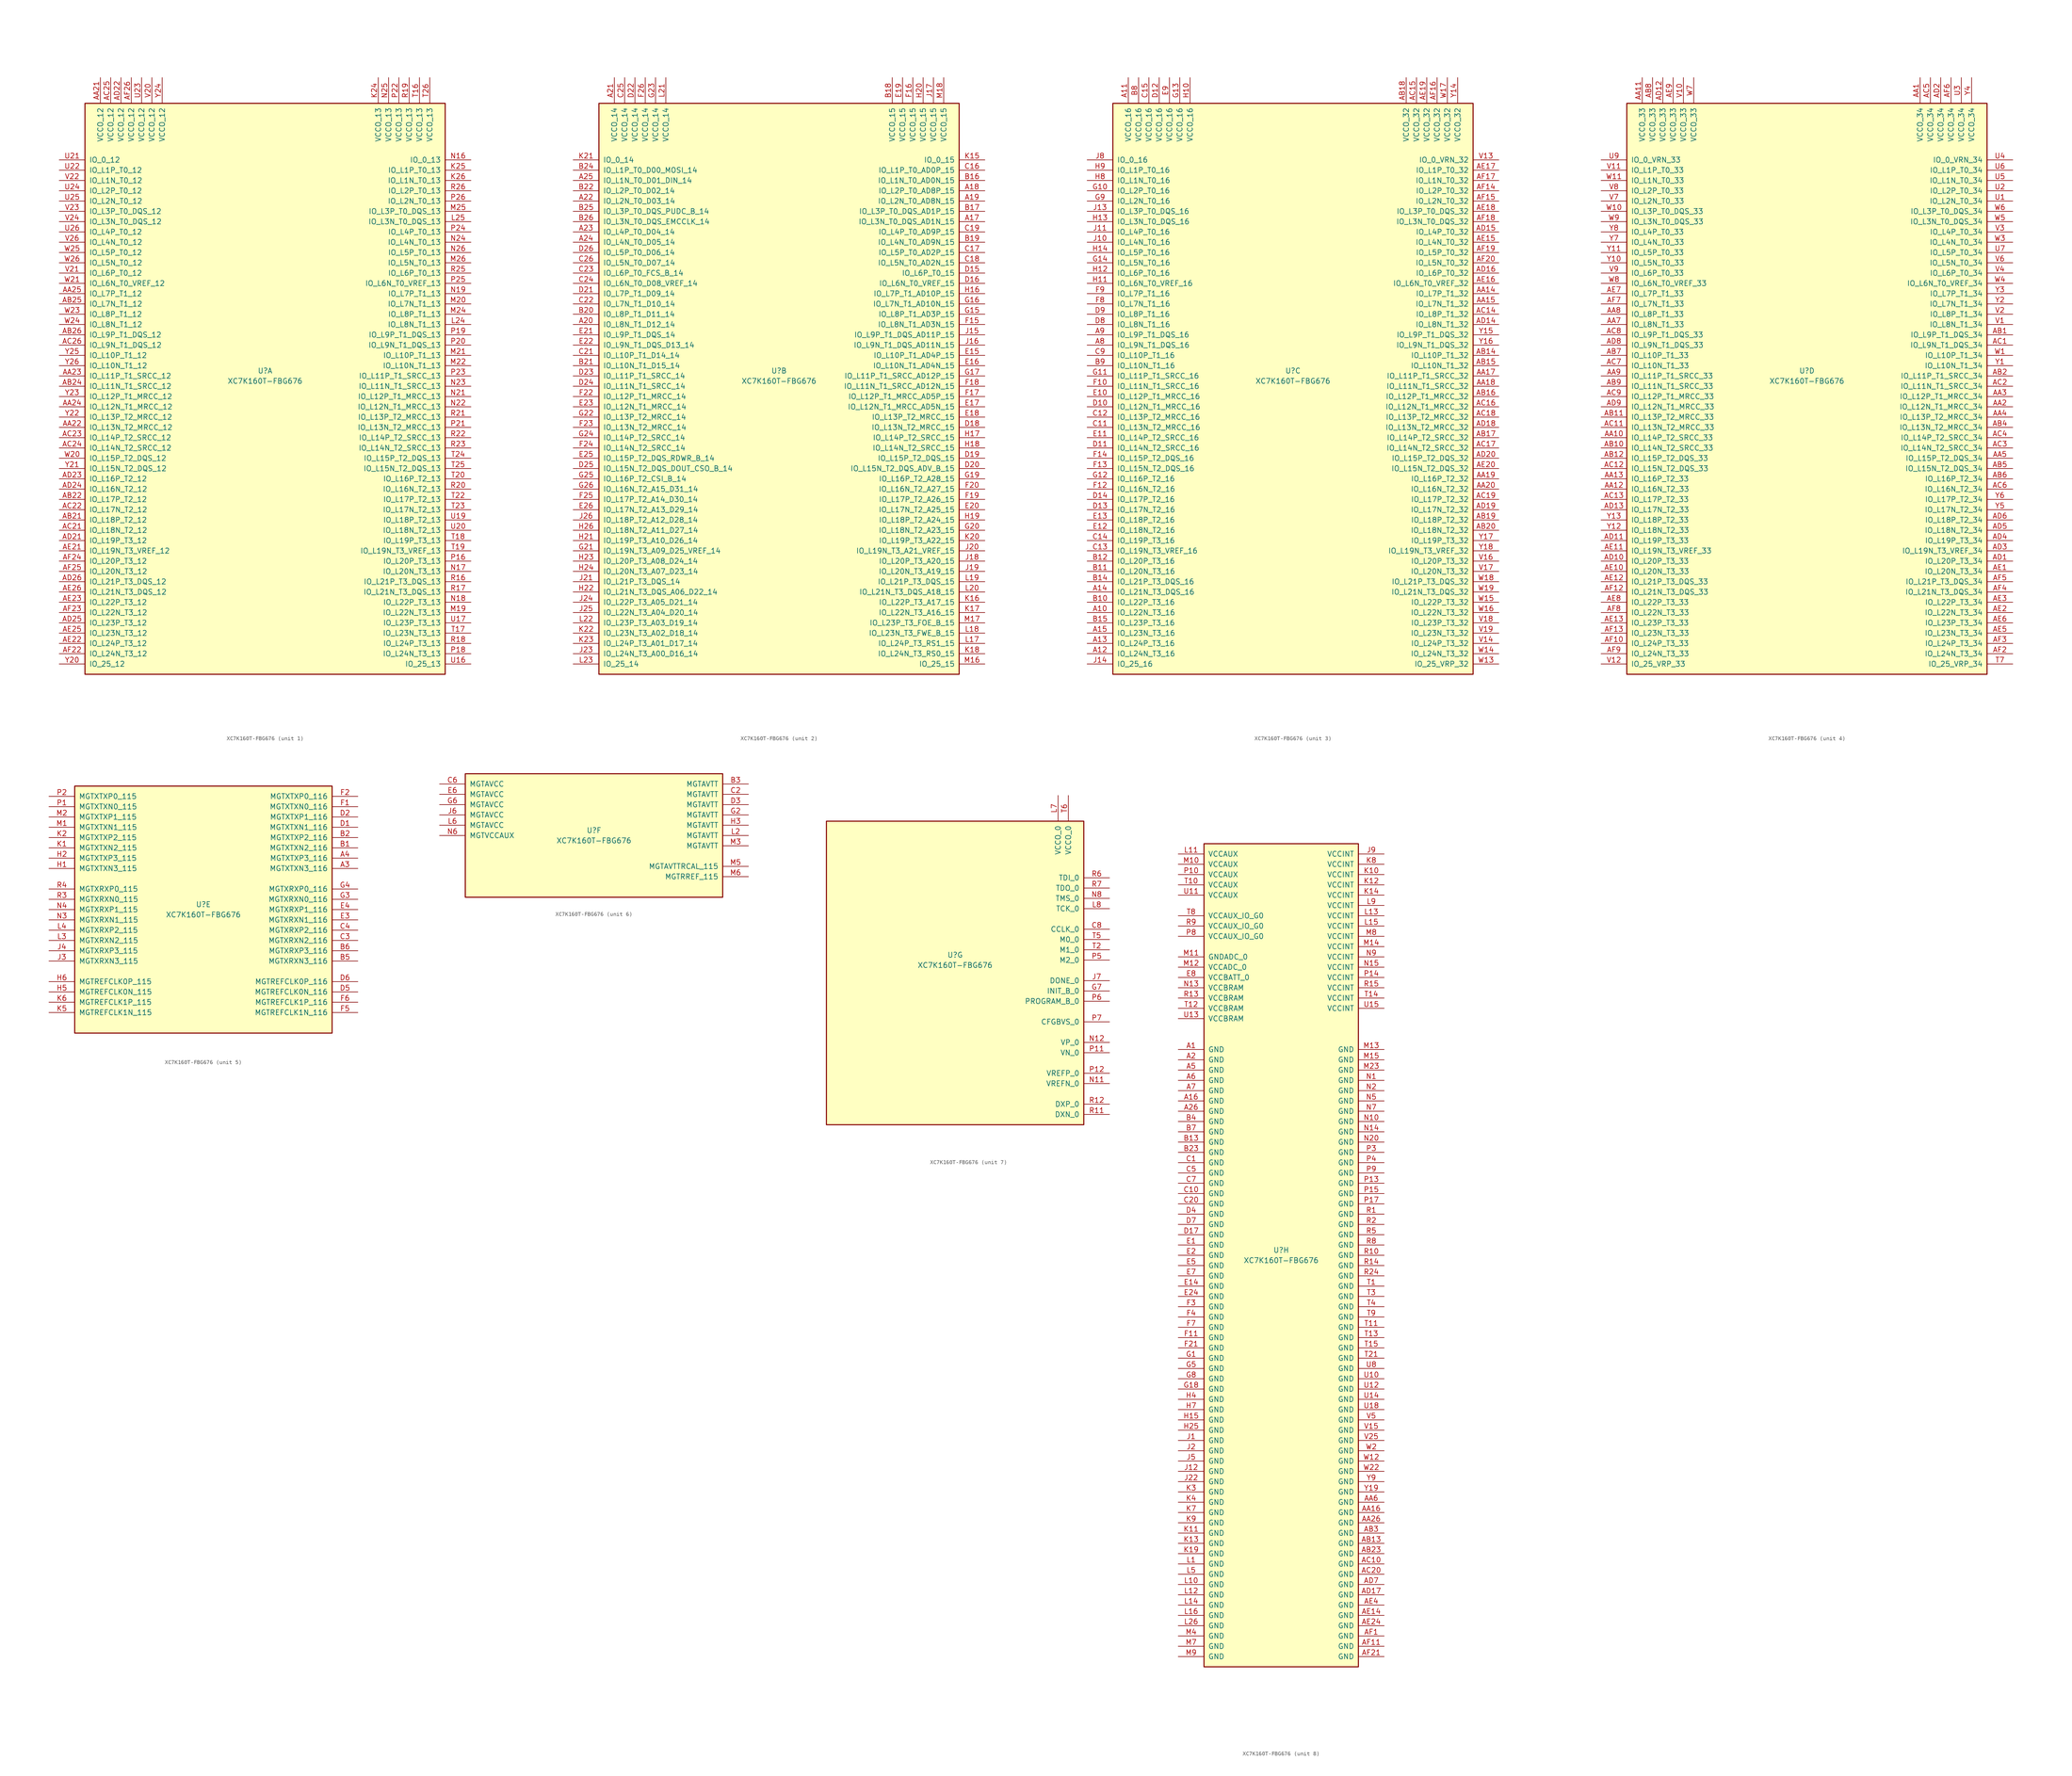
<source format=kicad_sym>
(kicad_symbol_lib
  (version 20211014)
  (generator kicad_symbol_editor)
  (symbol "XC7K160T-FBG676"
    (pin_names
      (offset 1.016))
    (property "Reference" "U"
      (at 0 1.27 0)
      (effects (font (size 1.27 1.27))))
    (property "Value" "XC7K160T-FBG676"
      (at 0 -1.27 0)
      (effects (font (size 1.27 1.27))))
    (property "Datasheet" ""
      (at 0 0 0)
      (effects (font (size 1.27 1.27))))
    (property "ki_locked" ""
      (at 0 0 0)
      (effects (font (size 1.27 1.27))))
    (symbol "XC7K160T-FBG676_1_1"
      (rectangle (start -44.45 67.31) (end 44.45 -73.66) (stroke (width 0.254) (type default) (color 0 0 0 0)) (fill (type background)))
      (pin power_in line (at -40.64 73.66 270) (length 6.35) (name "VCCO_12" (effects (font (size 1.27 1.27)))) (number "AA21" (effects (font (size 1.27 1.27)))))
      (pin bidirectional line (at -50.8 -12.7 0) (length 6.35) (name "IO_L13N_T2_MRCC_12" (effects (font (size 1.27 1.27)))) (number "AA22" (effects (font (size 1.27 1.27)))))
      (pin bidirectional line (at -50.8 0 0) (length 6.35) (name "IO_L11P_T1_SRCC_12" (effects (font (size 1.27 1.27)))) (number "AA23" (effects (font (size 1.27 1.27)))))
      (pin bidirectional line (at -50.8 -7.62 0) (length 6.35) (name "IO_L12N_T1_MRCC_12" (effects (font (size 1.27 1.27)))) (number "AA24" (effects (font (size 1.27 1.27)))))
      (pin bidirectional line (at -50.8 20.32 0) (length 6.35) (name "IO_L7P_T1_12" (effects (font (size 1.27 1.27)))) (number "AA25" (effects (font (size 1.27 1.27)))))
      (pin bidirectional line (at -50.8 -35.56 0) (length 6.35) (name "IO_L18P_T2_12" (effects (font (size 1.27 1.27)))) (number "AB21" (effects (font (size 1.27 1.27)))))
      (pin bidirectional line (at -50.8 -30.48 0) (length 6.35) (name "IO_L17P_T2_12" (effects (font (size 1.27 1.27)))) (number "AB22" (effects (font (size 1.27 1.27)))))
      (pin bidirectional line (at -50.8 -2.54 0) (length 6.35) (name "IO_L11N_T1_SRCC_12" (effects (font (size 1.27 1.27)))) (number "AB24" (effects (font (size 1.27 1.27)))))
      (pin bidirectional line (at -50.8 17.78 0) (length 6.35) (name "IO_L7N_T1_12" (effects (font (size 1.27 1.27)))) (number "AB25" (effects (font (size 1.27 1.27)))))
      (pin bidirectional line (at -50.8 10.16 0) (length 6.35) (name "IO_L9P_T1_DQS_12" (effects (font (size 1.27 1.27)))) (number "AB26" (effects (font (size 1.27 1.27)))))
      (pin bidirectional line (at -50.8 -38.1 0) (length 6.35) (name "IO_L18N_T2_12" (effects (font (size 1.27 1.27)))) (number "AC21" (effects (font (size 1.27 1.27)))))
      (pin bidirectional line (at -50.8 -33.02 0) (length 6.35) (name "IO_L17N_T2_12" (effects (font (size 1.27 1.27)))) (number "AC22" (effects (font (size 1.27 1.27)))))
      (pin bidirectional line (at -50.8 -15.24 0) (length 6.35) (name "IO_L14P_T2_SRCC_12" (effects (font (size 1.27 1.27)))) (number "AC23" (effects (font (size 1.27 1.27)))))
      (pin bidirectional line (at -50.8 -17.78 0) (length 6.35) (name "IO_L14N_T2_SRCC_12" (effects (font (size 1.27 1.27)))) (number "AC24" (effects (font (size 1.27 1.27)))))
      (pin power_in line (at -38.1 73.66 270) (length 6.35) (name "VCCO_12" (effects (font (size 1.27 1.27)))) (number "AC25" (effects (font (size 1.27 1.27)))))
      (pin bidirectional line (at -50.8 7.62 0) (length 6.35) (name "IO_L9N_T1_DQS_12" (effects (font (size 1.27 1.27)))) (number "AC26" (effects (font (size 1.27 1.27)))))
      (pin bidirectional line (at -50.8 -40.64 0) (length 6.35) (name "IO_L19P_T3_12" (effects (font (size 1.27 1.27)))) (number "AD21" (effects (font (size 1.27 1.27)))))
      (pin power_in line (at -35.56 73.66 270) (length 6.35) (name "VCCO_12" (effects (font (size 1.27 1.27)))) (number "AD22" (effects (font (size 1.27 1.27)))))
      (pin bidirectional line (at -50.8 -25.4 0) (length 6.35) (name "IO_L16P_T2_12" (effects (font (size 1.27 1.27)))) (number "AD23" (effects (font (size 1.27 1.27)))))
      (pin bidirectional line (at -50.8 -27.94 0) (length 6.35) (name "IO_L16N_T2_12" (effects (font (size 1.27 1.27)))) (number "AD24" (effects (font (size 1.27 1.27)))))
      (pin bidirectional line (at -50.8 -60.96 0) (length 6.35) (name "IO_L23P_T3_12" (effects (font (size 1.27 1.27)))) (number "AD25" (effects (font (size 1.27 1.27)))))
      (pin bidirectional line (at -50.8 -50.8 0) (length 6.35) (name "IO_L21P_T3_DQS_12" (effects (font (size 1.27 1.27)))) (number "AD26" (effects (font (size 1.27 1.27)))))
      (pin bidirectional line (at -50.8 -43.18 0) (length 6.35) (name "IO_L19N_T3_VREF_12" (effects (font (size 1.27 1.27)))) (number "AE21" (effects (font (size 1.27 1.27)))))
      (pin bidirectional line (at -50.8 -66.04 0) (length 6.35) (name "IO_L24P_T3_12" (effects (font (size 1.27 1.27)))) (number "AE22" (effects (font (size 1.27 1.27)))))
      (pin bidirectional line (at -50.8 -55.88 0) (length 6.35) (name "IO_L22P_T3_12" (effects (font (size 1.27 1.27)))) (number "AE23" (effects (font (size 1.27 1.27)))))
      (pin bidirectional line (at -50.8 -63.5 0) (length 6.35) (name "IO_L23N_T3_12" (effects (font (size 1.27 1.27)))) (number "AE25" (effects (font (size 1.27 1.27)))))
      (pin bidirectional line (at -50.8 -53.34 0) (length 6.35) (name "IO_L21N_T3_DQS_12" (effects (font (size 1.27 1.27)))) (number "AE26" (effects (font (size 1.27 1.27)))))
      (pin bidirectional line (at -50.8 -68.58 0) (length 6.35) (name "IO_L24N_T3_12" (effects (font (size 1.27 1.27)))) (number "AF22" (effects (font (size 1.27 1.27)))))
      (pin bidirectional line (at -50.8 -58.42 0) (length 6.35) (name "IO_L22N_T3_12" (effects (font (size 1.27 1.27)))) (number "AF23" (effects (font (size 1.27 1.27)))))
      (pin bidirectional line (at -50.8 -45.72 0) (length 6.35) (name "IO_L20P_T3_12" (effects (font (size 1.27 1.27)))) (number "AF24" (effects (font (size 1.27 1.27)))))
      (pin bidirectional line (at -50.8 -48.26 0) (length 6.35) (name "IO_L20N_T3_12" (effects (font (size 1.27 1.27)))) (number "AF25" (effects (font (size 1.27 1.27)))))
      (pin power_in line (at -33.02 73.66 270) (length 6.35) (name "VCCO_12" (effects (font (size 1.27 1.27)))) (number "AF26" (effects (font (size 1.27 1.27)))))
      (pin power_in line (at 27.94 73.66 270) (length 6.35) (name "VCCO_13" (effects (font (size 1.27 1.27)))) (number "K24" (effects (font (size 1.27 1.27)))))
      (pin bidirectional line (at 50.8 50.8 180) (length 6.35) (name "IO_L1P_T0_13" (effects (font (size 1.27 1.27)))) (number "K25" (effects (font (size 1.27 1.27)))))
      (pin bidirectional line (at 50.8 48.26 180) (length 6.35) (name "IO_L1N_T0_13" (effects (font (size 1.27 1.27)))) (number "K26" (effects (font (size 1.27 1.27)))))
      (pin bidirectional line (at 50.8 12.7 180) (length 6.35) (name "IO_L8N_T1_13" (effects (font (size 1.27 1.27)))) (number "L24" (effects (font (size 1.27 1.27)))))
      (pin bidirectional line (at 50.8 38.1 180) (length 6.35) (name "IO_L3N_T0_DQS_13" (effects (font (size 1.27 1.27)))) (number "L25" (effects (font (size 1.27 1.27)))))
      (pin bidirectional line (at 50.8 -58.42 180) (length 6.35) (name "IO_L22N_T3_13" (effects (font (size 1.27 1.27)))) (number "M19" (effects (font (size 1.27 1.27)))))
      (pin bidirectional line (at 50.8 17.78 180) (length 6.35) (name "IO_L7N_T1_13" (effects (font (size 1.27 1.27)))) (number "M20" (effects (font (size 1.27 1.27)))))
      (pin bidirectional line (at 50.8 5.08 180) (length 6.35) (name "IO_L10P_T1_13" (effects (font (size 1.27 1.27)))) (number "M21" (effects (font (size 1.27 1.27)))))
      (pin bidirectional line (at 50.8 2.54 180) (length 6.35) (name "IO_L10N_T1_13" (effects (font (size 1.27 1.27)))) (number "M22" (effects (font (size 1.27 1.27)))))
      (pin bidirectional line (at 50.8 15.24 180) (length 6.35) (name "IO_L8P_T1_13" (effects (font (size 1.27 1.27)))) (number "M24" (effects (font (size 1.27 1.27)))))
      (pin bidirectional line (at 50.8 40.64 180) (length 6.35) (name "IO_L3P_T0_DQS_13" (effects (font (size 1.27 1.27)))) (number "M25" (effects (font (size 1.27 1.27)))))
      (pin bidirectional line (at 50.8 27.94 180) (length 6.35) (name "IO_L5N_T0_13" (effects (font (size 1.27 1.27)))) (number "M26" (effects (font (size 1.27 1.27)))))
      (pin bidirectional line (at 50.8 53.34 180) (length 6.35) (name "IO_0_13" (effects (font (size 1.27 1.27)))) (number "N16" (effects (font (size 1.27 1.27)))))
      (pin bidirectional line (at 50.8 -48.26 180) (length 6.35) (name "IO_L20N_T3_13" (effects (font (size 1.27 1.27)))) (number "N17" (effects (font (size 1.27 1.27)))))
      (pin bidirectional line (at 50.8 -55.88 180) (length 6.35) (name "IO_L22P_T3_13" (effects (font (size 1.27 1.27)))) (number "N18" (effects (font (size 1.27 1.27)))))
      (pin bidirectional line (at 50.8 20.32 180) (length 6.35) (name "IO_L7P_T1_13" (effects (font (size 1.27 1.27)))) (number "N19" (effects (font (size 1.27 1.27)))))
      (pin bidirectional line (at 50.8 -5.08 180) (length 6.35) (name "IO_L12P_T1_MRCC_13" (effects (font (size 1.27 1.27)))) (number "N21" (effects (font (size 1.27 1.27)))))
      (pin bidirectional line (at 50.8 -7.62 180) (length 6.35) (name "IO_L12N_T1_MRCC_13" (effects (font (size 1.27 1.27)))) (number "N22" (effects (font (size 1.27 1.27)))))
      (pin bidirectional line (at 50.8 -2.54 180) (length 6.35) (name "IO_L11N_T1_SRCC_13" (effects (font (size 1.27 1.27)))) (number "N23" (effects (font (size 1.27 1.27)))))
      (pin bidirectional line (at 50.8 33.02 180) (length 6.35) (name "IO_L4N_T0_13" (effects (font (size 1.27 1.27)))) (number "N24" (effects (font (size 1.27 1.27)))))
      (pin power_in line (at 30.48 73.66 270) (length 6.35) (name "VCCO_13" (effects (font (size 1.27 1.27)))) (number "N25" (effects (font (size 1.27 1.27)))))
      (pin bidirectional line (at 50.8 30.48 180) (length 6.35) (name "IO_L5P_T0_13" (effects (font (size 1.27 1.27)))) (number "N26" (effects (font (size 1.27 1.27)))))
      (pin bidirectional line (at 50.8 -45.72 180) (length 6.35) (name "IO_L20P_T3_13" (effects (font (size 1.27 1.27)))) (number "P16" (effects (font (size 1.27 1.27)))))
      (pin bidirectional line (at 50.8 -68.58 180) (length 6.35) (name "IO_L24N_T3_13" (effects (font (size 1.27 1.27)))) (number "P18" (effects (font (size 1.27 1.27)))))
      (pin bidirectional line (at 50.8 10.16 180) (length 6.35) (name "IO_L9P_T1_DQS_13" (effects (font (size 1.27 1.27)))) (number "P19" (effects (font (size 1.27 1.27)))))
      (pin bidirectional line (at 50.8 7.62 180) (length 6.35) (name "IO_L9N_T1_DQS_13" (effects (font (size 1.27 1.27)))) (number "P20" (effects (font (size 1.27 1.27)))))
      (pin bidirectional line (at 50.8 -12.7 180) (length 6.35) (name "IO_L13N_T2_MRCC_13" (effects (font (size 1.27 1.27)))) (number "P21" (effects (font (size 1.27 1.27)))))
      (pin power_in line (at 33.02 73.66 270) (length 6.35) (name "VCCO_13" (effects (font (size 1.27 1.27)))) (number "P22" (effects (font (size 1.27 1.27)))))
      (pin bidirectional line (at 50.8 0 180) (length 6.35) (name "IO_L11P_T1_SRCC_13" (effects (font (size 1.27 1.27)))) (number "P23" (effects (font (size 1.27 1.27)))))
      (pin bidirectional line (at 50.8 35.56 180) (length 6.35) (name "IO_L4P_T0_13" (effects (font (size 1.27 1.27)))) (number "P24" (effects (font (size 1.27 1.27)))))
      (pin bidirectional line (at 50.8 22.86 180) (length 6.35) (name "IO_L6N_T0_VREF_13" (effects (font (size 1.27 1.27)))) (number "P25" (effects (font (size 1.27 1.27)))))
      (pin bidirectional line (at 50.8 43.18 180) (length 6.35) (name "IO_L2N_T0_13" (effects (font (size 1.27 1.27)))) (number "P26" (effects (font (size 1.27 1.27)))))
      (pin bidirectional line (at 50.8 -50.8 180) (length 6.35) (name "IO_L21P_T3_DQS_13" (effects (font (size 1.27 1.27)))) (number "R16" (effects (font (size 1.27 1.27)))))
      (pin bidirectional line (at 50.8 -53.34 180) (length 6.35) (name "IO_L21N_T3_DQS_13" (effects (font (size 1.27 1.27)))) (number "R17" (effects (font (size 1.27 1.27)))))
      (pin bidirectional line (at 50.8 -66.04 180) (length 6.35) (name "IO_L24P_T3_13" (effects (font (size 1.27 1.27)))) (number "R18" (effects (font (size 1.27 1.27)))))
      (pin power_in line (at 35.56 73.66 270) (length 6.35) (name "VCCO_13" (effects (font (size 1.27 1.27)))) (number "R19" (effects (font (size 1.27 1.27)))))
      (pin bidirectional line (at 50.8 -27.94 180) (length 6.35) (name "IO_L16N_T2_13" (effects (font (size 1.27 1.27)))) (number "R20" (effects (font (size 1.27 1.27)))))
      (pin bidirectional line (at 50.8 -10.16 180) (length 6.35) (name "IO_L13P_T2_MRCC_13" (effects (font (size 1.27 1.27)))) (number "R21" (effects (font (size 1.27 1.27)))))
      (pin bidirectional line (at 50.8 -15.24 180) (length 6.35) (name "IO_L14P_T2_SRCC_13" (effects (font (size 1.27 1.27)))) (number "R22" (effects (font (size 1.27 1.27)))))
      (pin bidirectional line (at 50.8 -17.78 180) (length 6.35) (name "IO_L14N_T2_SRCC_13" (effects (font (size 1.27 1.27)))) (number "R23" (effects (font (size 1.27 1.27)))))
      (pin bidirectional line (at 50.8 25.4 180) (length 6.35) (name "IO_L6P_T0_13" (effects (font (size 1.27 1.27)))) (number "R25" (effects (font (size 1.27 1.27)))))
      (pin bidirectional line (at 50.8 45.72 180) (length 6.35) (name "IO_L2P_T0_13" (effects (font (size 1.27 1.27)))) (number "R26" (effects (font (size 1.27 1.27)))))
      (pin power_in line (at 38.1 73.66 270) (length 6.35) (name "VCCO_13" (effects (font (size 1.27 1.27)))) (number "T16" (effects (font (size 1.27 1.27)))))
      (pin bidirectional line (at 50.8 -63.5 180) (length 6.35) (name "IO_L23N_T3_13" (effects (font (size 1.27 1.27)))) (number "T17" (effects (font (size 1.27 1.27)))))
      (pin bidirectional line (at 50.8 -40.64 180) (length 6.35) (name "IO_L19P_T3_13" (effects (font (size 1.27 1.27)))) (number "T18" (effects (font (size 1.27 1.27)))))
      (pin bidirectional line (at 50.8 -43.18 180) (length 6.35) (name "IO_L19N_T3_VREF_13" (effects (font (size 1.27 1.27)))) (number "T19" (effects (font (size 1.27 1.27)))))
      (pin bidirectional line (at 50.8 -25.4 180) (length 6.35) (name "IO_L16P_T2_13" (effects (font (size 1.27 1.27)))) (number "T20" (effects (font (size 1.27 1.27)))))
      (pin bidirectional line (at 50.8 -30.48 180) (length 6.35) (name "IO_L17P_T2_13" (effects (font (size 1.27 1.27)))) (number "T22" (effects (font (size 1.27 1.27)))))
      (pin bidirectional line (at 50.8 -33.02 180) (length 6.35) (name "IO_L17N_T2_13" (effects (font (size 1.27 1.27)))) (number "T23" (effects (font (size 1.27 1.27)))))
      (pin bidirectional line (at 50.8 -20.32 180) (length 6.35) (name "IO_L15P_T2_DQS_13" (effects (font (size 1.27 1.27)))) (number "T24" (effects (font (size 1.27 1.27)))))
      (pin bidirectional line (at 50.8 -22.86 180) (length 6.35) (name "IO_L15N_T2_DQS_13" (effects (font (size 1.27 1.27)))) (number "T25" (effects (font (size 1.27 1.27)))))
      (pin power_in line (at 40.64 73.66 270) (length 6.35) (name "VCCO_13" (effects (font (size 1.27 1.27)))) (number "T26" (effects (font (size 1.27 1.27)))))
      (pin bidirectional line (at 50.8 -71.12 180) (length 6.35) (name "IO_25_13" (effects (font (size 1.27 1.27)))) (number "U16" (effects (font (size 1.27 1.27)))))
      (pin bidirectional line (at 50.8 -60.96 180) (length 6.35) (name "IO_L23P_T3_13" (effects (font (size 1.27 1.27)))) (number "U17" (effects (font (size 1.27 1.27)))))
      (pin bidirectional line (at 50.8 -35.56 180) (length 6.35) (name "IO_L18P_T2_13" (effects (font (size 1.27 1.27)))) (number "U19" (effects (font (size 1.27 1.27)))))
      (pin bidirectional line (at 50.8 -38.1 180) (length 6.35) (name "IO_L18N_T2_13" (effects (font (size 1.27 1.27)))) (number "U20" (effects (font (size 1.27 1.27)))))
      (pin bidirectional line (at -50.8 53.34 0) (length 6.35) (name "IO_0_12" (effects (font (size 1.27 1.27)))) (number "U21" (effects (font (size 1.27 1.27)))))
      (pin bidirectional line (at -50.8 50.8 0) (length 6.35) (name "IO_L1P_T0_12" (effects (font (size 1.27 1.27)))) (number "U22" (effects (font (size 1.27 1.27)))))
      (pin power_in line (at -30.48 73.66 270) (length 6.35) (name "VCCO_12" (effects (font (size 1.27 1.27)))) (number "U23" (effects (font (size 1.27 1.27)))))
      (pin bidirectional line (at -50.8 45.72 0) (length 6.35) (name "IO_L2P_T0_12" (effects (font (size 1.27 1.27)))) (number "U24" (effects (font (size 1.27 1.27)))))
      (pin bidirectional line (at -50.8 43.18 0) (length 6.35) (name "IO_L2N_T0_12" (effects (font (size 1.27 1.27)))) (number "U25" (effects (font (size 1.27 1.27)))))
      (pin bidirectional line (at -50.8 35.56 0) (length 6.35) (name "IO_L4P_T0_12" (effects (font (size 1.27 1.27)))) (number "U26" (effects (font (size 1.27 1.27)))))
      (pin power_in line (at -27.94 73.66 270) (length 6.35) (name "VCCO_12" (effects (font (size 1.27 1.27)))) (number "V20" (effects (font (size 1.27 1.27)))))
      (pin bidirectional line (at -50.8 25.4 0) (length 6.35) (name "IO_L6P_T0_12" (effects (font (size 1.27 1.27)))) (number "V21" (effects (font (size 1.27 1.27)))))
      (pin bidirectional line (at -50.8 48.26 0) (length 6.35) (name "IO_L1N_T0_12" (effects (font (size 1.27 1.27)))) (number "V22" (effects (font (size 1.27 1.27)))))
      (pin bidirectional line (at -50.8 40.64 0) (length 6.35) (name "IO_L3P_T0_DQS_12" (effects (font (size 1.27 1.27)))) (number "V23" (effects (font (size 1.27 1.27)))))
      (pin bidirectional line (at -50.8 38.1 0) (length 6.35) (name "IO_L3N_T0_DQS_12" (effects (font (size 1.27 1.27)))) (number "V24" (effects (font (size 1.27 1.27)))))
      (pin bidirectional line (at -50.8 33.02 0) (length 6.35) (name "IO_L4N_T0_12" (effects (font (size 1.27 1.27)))) (number "V26" (effects (font (size 1.27 1.27)))))
      (pin bidirectional line (at -50.8 -20.32 0) (length 6.35) (name "IO_L15P_T2_DQS_12" (effects (font (size 1.27 1.27)))) (number "W20" (effects (font (size 1.27 1.27)))))
      (pin bidirectional line (at -50.8 22.86 0) (length 6.35) (name "IO_L6N_T0_VREF_12" (effects (font (size 1.27 1.27)))) (number "W21" (effects (font (size 1.27 1.27)))))
      (pin bidirectional line (at -50.8 15.24 0) (length 6.35) (name "IO_L8P_T1_12" (effects (font (size 1.27 1.27)))) (number "W23" (effects (font (size 1.27 1.27)))))
      (pin bidirectional line (at -50.8 12.7 0) (length 6.35) (name "IO_L8N_T1_12" (effects (font (size 1.27 1.27)))) (number "W24" (effects (font (size 1.27 1.27)))))
      (pin bidirectional line (at -50.8 30.48 0) (length 6.35) (name "IO_L5P_T0_12" (effects (font (size 1.27 1.27)))) (number "W25" (effects (font (size 1.27 1.27)))))
      (pin bidirectional line (at -50.8 27.94 0) (length 6.35) (name "IO_L5N_T0_12" (effects (font (size 1.27 1.27)))) (number "W26" (effects (font (size 1.27 1.27)))))
      (pin bidirectional line (at -50.8 -71.12 0) (length 6.35) (name "IO_25_12" (effects (font (size 1.27 1.27)))) (number "Y20" (effects (font (size 1.27 1.27)))))
      (pin bidirectional line (at -50.8 -22.86 0) (length 6.35) (name "IO_L15N_T2_DQS_12" (effects (font (size 1.27 1.27)))) (number "Y21" (effects (font (size 1.27 1.27)))))
      (pin bidirectional line (at -50.8 -10.16 0) (length 6.35) (name "IO_L13P_T2_MRCC_12" (effects (font (size 1.27 1.27)))) (number "Y22" (effects (font (size 1.27 1.27)))))
      (pin bidirectional line (at -50.8 -5.08 0) (length 6.35) (name "IO_L12P_T1_MRCC_12" (effects (font (size 1.27 1.27)))) (number "Y23" (effects (font (size 1.27 1.27)))))
      (pin power_in line (at -25.4 73.66 270) (length 6.35) (name "VCCO_12" (effects (font (size 1.27 1.27)))) (number "Y24" (effects (font (size 1.27 1.27)))))
      (pin bidirectional line (at -50.8 5.08 0) (length 6.35) (name "IO_L10P_T1_12" (effects (font (size 1.27 1.27)))) (number "Y25" (effects (font (size 1.27 1.27)))))
      (pin bidirectional line (at -50.8 2.54 0) (length 6.35) (name "IO_L10N_T1_12" (effects (font (size 1.27 1.27)))) (number "Y26" (effects (font (size 1.27 1.27))))))
    (symbol "XC7K160T-FBG676_2_1"
      (rectangle (start -44.45 67.31) (end 44.45 -73.66) (stroke (width 0.254) (type default) (color 0 0 0 0)) (fill (type background)))
      (pin bidirectional line (at 50.8 38.1 180) (length 6.35) (name "IO_L3N_T0_DQS_AD1N_15" (effects (font (size 1.27 1.27)))) (number "A17" (effects (font (size 1.27 1.27)))))
      (pin bidirectional line (at 50.8 45.72 180) (length 6.35) (name "IO_L2P_T0_AD8P_15" (effects (font (size 1.27 1.27)))) (number "A18" (effects (font (size 1.27 1.27)))))
      (pin bidirectional line (at 50.8 43.18 180) (length 6.35) (name "IO_L2N_T0_AD8N_15" (effects (font (size 1.27 1.27)))) (number "A19" (effects (font (size 1.27 1.27)))))
      (pin bidirectional line (at -50.8 12.7 0) (length 6.35) (name "IO_L8N_T1_D12_14" (effects (font (size 1.27 1.27)))) (number "A20" (effects (font (size 1.27 1.27)))))
      (pin power_in line (at -40.64 73.66 270) (length 6.35) (name "VCCO_14" (effects (font (size 1.27 1.27)))) (number "A21" (effects (font (size 1.27 1.27)))))
      (pin bidirectional line (at -50.8 43.18 0) (length 6.35) (name "IO_L2N_T0_D03_14" (effects (font (size 1.27 1.27)))) (number "A22" (effects (font (size 1.27 1.27)))))
      (pin bidirectional line (at -50.8 35.56 0) (length 6.35) (name "IO_L4P_T0_D04_14" (effects (font (size 1.27 1.27)))) (number "A23" (effects (font (size 1.27 1.27)))))
      (pin bidirectional line (at -50.8 33.02 0) (length 6.35) (name "IO_L4N_T0_D05_14" (effects (font (size 1.27 1.27)))) (number "A24" (effects (font (size 1.27 1.27)))))
      (pin bidirectional line (at -50.8 48.26 0) (length 6.35) (name "IO_L1N_T0_D01_DIN_14" (effects (font (size 1.27 1.27)))) (number "A25" (effects (font (size 1.27 1.27)))))
      (pin bidirectional line (at 50.8 48.26 180) (length 6.35) (name "IO_L1N_T0_AD0N_15" (effects (font (size 1.27 1.27)))) (number "B16" (effects (font (size 1.27 1.27)))))
      (pin bidirectional line (at 50.8 40.64 180) (length 6.35) (name "IO_L3P_T0_DQS_AD1P_15" (effects (font (size 1.27 1.27)))) (number "B17" (effects (font (size 1.27 1.27)))))
      (pin power_in line (at 27.94 73.66 270) (length 6.35) (name "VCCO_15" (effects (font (size 1.27 1.27)))) (number "B18" (effects (font (size 1.27 1.27)))))
      (pin bidirectional line (at 50.8 33.02 180) (length 6.35) (name "IO_L4N_T0_AD9N_15" (effects (font (size 1.27 1.27)))) (number "B19" (effects (font (size 1.27 1.27)))))
      (pin bidirectional line (at -50.8 15.24 0) (length 6.35) (name "IO_L8P_T1_D11_14" (effects (font (size 1.27 1.27)))) (number "B20" (effects (font (size 1.27 1.27)))))
      (pin bidirectional line (at -50.8 2.54 0) (length 6.35) (name "IO_L10N_T1_D15_14" (effects (font (size 1.27 1.27)))) (number "B21" (effects (font (size 1.27 1.27)))))
      (pin bidirectional line (at -50.8 45.72 0) (length 6.35) (name "IO_L2P_T0_D02_14" (effects (font (size 1.27 1.27)))) (number "B22" (effects (font (size 1.27 1.27)))))
      (pin bidirectional line (at -50.8 50.8 0) (length 6.35) (name "IO_L1P_T0_D00_MOSI_14" (effects (font (size 1.27 1.27)))) (number "B24" (effects (font (size 1.27 1.27)))))
      (pin bidirectional line (at -50.8 40.64 0) (length 6.35) (name "IO_L3P_T0_DQS_PUDC_B_14" (effects (font (size 1.27 1.27)))) (number "B25" (effects (font (size 1.27 1.27)))))
      (pin bidirectional line (at -50.8 38.1 0) (length 6.35) (name "IO_L3N_T0_DQS_EMCCLK_14" (effects (font (size 1.27 1.27)))) (number "B26" (effects (font (size 1.27 1.27)))))
      (pin bidirectional line (at 50.8 50.8 180) (length 6.35) (name "IO_L1P_T0_AD0P_15" (effects (font (size 1.27 1.27)))) (number "C16" (effects (font (size 1.27 1.27)))))
      (pin bidirectional line (at 50.8 30.48 180) (length 6.35) (name "IO_L5P_T0_AD2P_15" (effects (font (size 1.27 1.27)))) (number "C17" (effects (font (size 1.27 1.27)))))
      (pin bidirectional line (at 50.8 27.94 180) (length 6.35) (name "IO_L5N_T0_AD2N_15" (effects (font (size 1.27 1.27)))) (number "C18" (effects (font (size 1.27 1.27)))))
      (pin bidirectional line (at 50.8 35.56 180) (length 6.35) (name "IO_L4P_T0_AD9P_15" (effects (font (size 1.27 1.27)))) (number "C19" (effects (font (size 1.27 1.27)))))
      (pin bidirectional line (at -50.8 5.08 0) (length 6.35) (name "IO_L10P_T1_D14_14" (effects (font (size 1.27 1.27)))) (number "C21" (effects (font (size 1.27 1.27)))))
      (pin bidirectional line (at -50.8 17.78 0) (length 6.35) (name "IO_L7N_T1_D10_14" (effects (font (size 1.27 1.27)))) (number "C22" (effects (font (size 1.27 1.27)))))
      (pin bidirectional line (at -50.8 25.4 0) (length 6.35) (name "IO_L6P_T0_FCS_B_14" (effects (font (size 1.27 1.27)))) (number "C23" (effects (font (size 1.27 1.27)))))
      (pin bidirectional line (at -50.8 22.86 0) (length 6.35) (name "IO_L6N_T0_D08_VREF_14" (effects (font (size 1.27 1.27)))) (number "C24" (effects (font (size 1.27 1.27)))))
      (pin power_in line (at -38.1 73.66 270) (length 6.35) (name "VCCO_14" (effects (font (size 1.27 1.27)))) (number "C25" (effects (font (size 1.27 1.27)))))
      (pin bidirectional line (at -50.8 27.94 0) (length 6.35) (name "IO_L5N_T0_D07_14" (effects (font (size 1.27 1.27)))) (number "C26" (effects (font (size 1.27 1.27)))))
      (pin bidirectional line (at 50.8 25.4 180) (length 6.35) (name "IO_L6P_T0_15" (effects (font (size 1.27 1.27)))) (number "D15" (effects (font (size 1.27 1.27)))))
      (pin bidirectional line (at 50.8 22.86 180) (length 6.35) (name "IO_L6N_T0_VREF_15" (effects (font (size 1.27 1.27)))) (number "D16" (effects (font (size 1.27 1.27)))))
      (pin bidirectional line (at 50.8 -12.7 180) (length 6.35) (name "IO_L13N_T2_MRCC_15" (effects (font (size 1.27 1.27)))) (number "D18" (effects (font (size 1.27 1.27)))))
      (pin bidirectional line (at 50.8 -20.32 180) (length 6.35) (name "IO_L15P_T2_DQS_15" (effects (font (size 1.27 1.27)))) (number "D19" (effects (font (size 1.27 1.27)))))
      (pin bidirectional line (at 50.8 -22.86 180) (length 6.35) (name "IO_L15N_T2_DQS_ADV_B_15" (effects (font (size 1.27 1.27)))) (number "D20" (effects (font (size 1.27 1.27)))))
      (pin bidirectional line (at -50.8 20.32 0) (length 6.35) (name "IO_L7P_T1_D09_14" (effects (font (size 1.27 1.27)))) (number "D21" (effects (font (size 1.27 1.27)))))
      (pin power_in line (at -35.56 73.66 270) (length 6.35) (name "VCCO_14" (effects (font (size 1.27 1.27)))) (number "D22" (effects (font (size 1.27 1.27)))))
      (pin bidirectional line (at -50.8 0 0) (length 6.35) (name "IO_L11P_T1_SRCC_14" (effects (font (size 1.27 1.27)))) (number "D23" (effects (font (size 1.27 1.27)))))
      (pin bidirectional line (at -50.8 -2.54 0) (length 6.35) (name "IO_L11N_T1_SRCC_14" (effects (font (size 1.27 1.27)))) (number "D24" (effects (font (size 1.27 1.27)))))
      (pin bidirectional line (at -50.8 -22.86 0) (length 6.35) (name "IO_L15N_T2_DQS_DOUT_CSO_B_14" (effects (font (size 1.27 1.27)))) (number "D25" (effects (font (size 1.27 1.27)))))
      (pin bidirectional line (at -50.8 30.48 0) (length 6.35) (name "IO_L5P_T0_D06_14" (effects (font (size 1.27 1.27)))) (number "D26" (effects (font (size 1.27 1.27)))))
      (pin bidirectional line (at 50.8 5.08 180) (length 6.35) (name "IO_L10P_T1_AD4P_15" (effects (font (size 1.27 1.27)))) (number "E15" (effects (font (size 1.27 1.27)))))
      (pin bidirectional line (at 50.8 2.54 180) (length 6.35) (name "IO_L10N_T1_AD4N_15" (effects (font (size 1.27 1.27)))) (number "E16" (effects (font (size 1.27 1.27)))))
      (pin bidirectional line (at 50.8 -7.62 180) (length 6.35) (name "IO_L12N_T1_MRCC_AD5N_15" (effects (font (size 1.27 1.27)))) (number "E17" (effects (font (size 1.27 1.27)))))
      (pin bidirectional line (at 50.8 -10.16 180) (length 6.35) (name "IO_L13P_T2_MRCC_15" (effects (font (size 1.27 1.27)))) (number "E18" (effects (font (size 1.27 1.27)))))
      (pin power_in line (at 30.48 73.66 270) (length 6.35) (name "VCCO_15" (effects (font (size 1.27 1.27)))) (number "E19" (effects (font (size 1.27 1.27)))))
      (pin bidirectional line (at 50.8 -33.02 180) (length 6.35) (name "IO_L17N_T2_A25_15" (effects (font (size 1.27 1.27)))) (number "E20" (effects (font (size 1.27 1.27)))))
      (pin bidirectional line (at -50.8 10.16 0) (length 6.35) (name "IO_L9P_T1_DQS_14" (effects (font (size 1.27 1.27)))) (number "E21" (effects (font (size 1.27 1.27)))))
      (pin bidirectional line (at -50.8 7.62 0) (length 6.35) (name "IO_L9N_T1_DQS_D13_14" (effects (font (size 1.27 1.27)))) (number "E22" (effects (font (size 1.27 1.27)))))
      (pin bidirectional line (at -50.8 -7.62 0) (length 6.35) (name "IO_L12N_T1_MRCC_14" (effects (font (size 1.27 1.27)))) (number "E23" (effects (font (size 1.27 1.27)))))
      (pin bidirectional line (at -50.8 -20.32 0) (length 6.35) (name "IO_L15P_T2_DQS_RDWR_B_14" (effects (font (size 1.27 1.27)))) (number "E25" (effects (font (size 1.27 1.27)))))
      (pin bidirectional line (at -50.8 -33.02 0) (length 6.35) (name "IO_L17N_T2_A13_D29_14" (effects (font (size 1.27 1.27)))) (number "E26" (effects (font (size 1.27 1.27)))))
      (pin bidirectional line (at 50.8 12.7 180) (length 6.35) (name "IO_L8N_T1_AD3N_15" (effects (font (size 1.27 1.27)))) (number "F15" (effects (font (size 1.27 1.27)))))
      (pin power_in line (at 33.02 73.66 270) (length 6.35) (name "VCCO_15" (effects (font (size 1.27 1.27)))) (number "F16" (effects (font (size 1.27 1.27)))))
      (pin bidirectional line (at 50.8 -5.08 180) (length 6.35) (name "IO_L12P_T1_MRCC_AD5P_15" (effects (font (size 1.27 1.27)))) (number "F17" (effects (font (size 1.27 1.27)))))
      (pin bidirectional line (at 50.8 -2.54 180) (length 6.35) (name "IO_L11N_T1_SRCC_AD12N_15" (effects (font (size 1.27 1.27)))) (number "F18" (effects (font (size 1.27 1.27)))))
      (pin bidirectional line (at 50.8 -30.48 180) (length 6.35) (name "IO_L17P_T2_A26_15" (effects (font (size 1.27 1.27)))) (number "F19" (effects (font (size 1.27 1.27)))))
      (pin bidirectional line (at 50.8 -27.94 180) (length 6.35) (name "IO_L16N_T2_A27_15" (effects (font (size 1.27 1.27)))) (number "F20" (effects (font (size 1.27 1.27)))))
      (pin bidirectional line (at -50.8 -5.08 0) (length 6.35) (name "IO_L12P_T1_MRCC_14" (effects (font (size 1.27 1.27)))) (number "F22" (effects (font (size 1.27 1.27)))))
      (pin bidirectional line (at -50.8 -12.7 0) (length 6.35) (name "IO_L13N_T2_MRCC_14" (effects (font (size 1.27 1.27)))) (number "F23" (effects (font (size 1.27 1.27)))))
      (pin bidirectional line (at -50.8 -17.78 0) (length 6.35) (name "IO_L14N_T2_SRCC_14" (effects (font (size 1.27 1.27)))) (number "F24" (effects (font (size 1.27 1.27)))))
      (pin bidirectional line (at -50.8 -30.48 0) (length 6.35) (name "IO_L17P_T2_A14_D30_14" (effects (font (size 1.27 1.27)))) (number "F25" (effects (font (size 1.27 1.27)))))
      (pin power_in line (at -33.02 73.66 270) (length 6.35) (name "VCCO_14" (effects (font (size 1.27 1.27)))) (number "F26" (effects (font (size 1.27 1.27)))))
      (pin bidirectional line (at 50.8 15.24 180) (length 6.35) (name "IO_L8P_T1_AD3P_15" (effects (font (size 1.27 1.27)))) (number "G15" (effects (font (size 1.27 1.27)))))
      (pin bidirectional line (at 50.8 17.78 180) (length 6.35) (name "IO_L7N_T1_AD10N_15" (effects (font (size 1.27 1.27)))) (number "G16" (effects (font (size 1.27 1.27)))))
      (pin bidirectional line (at 50.8 0 180) (length 6.35) (name "IO_L11P_T1_SRCC_AD12P_15" (effects (font (size 1.27 1.27)))) (number "G17" (effects (font (size 1.27 1.27)))))
      (pin bidirectional line (at 50.8 -25.4 180) (length 6.35) (name "IO_L16P_T2_A28_15" (effects (font (size 1.27 1.27)))) (number "G19" (effects (font (size 1.27 1.27)))))
      (pin bidirectional line (at 50.8 -38.1 180) (length 6.35) (name "IO_L18N_T2_A23_15" (effects (font (size 1.27 1.27)))) (number "G20" (effects (font (size 1.27 1.27)))))
      (pin bidirectional line (at -50.8 -43.18 0) (length 6.35) (name "IO_L19N_T3_A09_D25_VREF_14" (effects (font (size 1.27 1.27)))) (number "G21" (effects (font (size 1.27 1.27)))))
      (pin bidirectional line (at -50.8 -10.16 0) (length 6.35) (name "IO_L13P_T2_MRCC_14" (effects (font (size 1.27 1.27)))) (number "G22" (effects (font (size 1.27 1.27)))))
      (pin power_in line (at -30.48 73.66 270) (length 6.35) (name "VCCO_14" (effects (font (size 1.27 1.27)))) (number "G23" (effects (font (size 1.27 1.27)))))
      (pin bidirectional line (at -50.8 -15.24 0) (length 6.35) (name "IO_L14P_T2_SRCC_14" (effects (font (size 1.27 1.27)))) (number "G24" (effects (font (size 1.27 1.27)))))
      (pin bidirectional line (at -50.8 -25.4 0) (length 6.35) (name "IO_L16P_T2_CSI_B_14" (effects (font (size 1.27 1.27)))) (number "G25" (effects (font (size 1.27 1.27)))))
      (pin bidirectional line (at -50.8 -27.94 0) (length 6.35) (name "IO_L16N_T2_A15_D31_14" (effects (font (size 1.27 1.27)))) (number "G26" (effects (font (size 1.27 1.27)))))
      (pin bidirectional line (at 50.8 20.32 180) (length 6.35) (name "IO_L7P_T1_AD10P_15" (effects (font (size 1.27 1.27)))) (number "H16" (effects (font (size 1.27 1.27)))))
      (pin bidirectional line (at 50.8 -15.24 180) (length 6.35) (name "IO_L14P_T2_SRCC_15" (effects (font (size 1.27 1.27)))) (number "H17" (effects (font (size 1.27 1.27)))))
      (pin bidirectional line (at 50.8 -17.78 180) (length 6.35) (name "IO_L14N_T2_SRCC_15" (effects (font (size 1.27 1.27)))) (number "H18" (effects (font (size 1.27 1.27)))))
      (pin bidirectional line (at 50.8 -35.56 180) (length 6.35) (name "IO_L18P_T2_A24_15" (effects (font (size 1.27 1.27)))) (number "H19" (effects (font (size 1.27 1.27)))))
      (pin power_in line (at 35.56 73.66 270) (length 6.35) (name "VCCO_15" (effects (font (size 1.27 1.27)))) (number "H20" (effects (font (size 1.27 1.27)))))
      (pin bidirectional line (at -50.8 -40.64 0) (length 6.35) (name "IO_L19P_T3_A10_D26_14" (effects (font (size 1.27 1.27)))) (number "H21" (effects (font (size 1.27 1.27)))))
      (pin bidirectional line (at -50.8 -53.34 0) (length 6.35) (name "IO_L21N_T3_DQS_A06_D22_14" (effects (font (size 1.27 1.27)))) (number "H22" (effects (font (size 1.27 1.27)))))
      (pin bidirectional line (at -50.8 -45.72 0) (length 6.35) (name "IO_L20P_T3_A08_D24_14" (effects (font (size 1.27 1.27)))) (number "H23" (effects (font (size 1.27 1.27)))))
      (pin bidirectional line (at -50.8 -48.26 0) (length 6.35) (name "IO_L20N_T3_A07_D23_14" (effects (font (size 1.27 1.27)))) (number "H24" (effects (font (size 1.27 1.27)))))
      (pin bidirectional line (at -50.8 -38.1 0) (length 6.35) (name "IO_L18N_T2_A11_D27_14" (effects (font (size 1.27 1.27)))) (number "H26" (effects (font (size 1.27 1.27)))))
      (pin bidirectional line (at 50.8 10.16 180) (length 6.35) (name "IO_L9P_T1_DQS_AD11P_15" (effects (font (size 1.27 1.27)))) (number "J15" (effects (font (size 1.27 1.27)))))
      (pin bidirectional line (at 50.8 7.62 180) (length 6.35) (name "IO_L9N_T1_DQS_AD11N_15" (effects (font (size 1.27 1.27)))) (number "J16" (effects (font (size 1.27 1.27)))))
      (pin power_in line (at 38.1 73.66 270) (length 6.35) (name "VCCO_15" (effects (font (size 1.27 1.27)))) (number "J17" (effects (font (size 1.27 1.27)))))
      (pin bidirectional line (at 50.8 -45.72 180) (length 6.35) (name "IO_L20P_T3_A20_15" (effects (font (size 1.27 1.27)))) (number "J18" (effects (font (size 1.27 1.27)))))
      (pin bidirectional line (at 50.8 -48.26 180) (length 6.35) (name "IO_L20N_T3_A19_15" (effects (font (size 1.27 1.27)))) (number "J19" (effects (font (size 1.27 1.27)))))
      (pin bidirectional line (at 50.8 -43.18 180) (length 6.35) (name "IO_L19N_T3_A21_VREF_15" (effects (font (size 1.27 1.27)))) (number "J20" (effects (font (size 1.27 1.27)))))
      (pin bidirectional line (at -50.8 -50.8 0) (length 6.35) (name "IO_L21P_T3_DQS_14" (effects (font (size 1.27 1.27)))) (number "J21" (effects (font (size 1.27 1.27)))))
      (pin bidirectional line (at -50.8 -68.58 0) (length 6.35) (name "IO_L24N_T3_A00_D16_14" (effects (font (size 1.27 1.27)))) (number "J23" (effects (font (size 1.27 1.27)))))
      (pin bidirectional line (at -50.8 -55.88 0) (length 6.35) (name "IO_L22P_T3_A05_D21_14" (effects (font (size 1.27 1.27)))) (number "J24" (effects (font (size 1.27 1.27)))))
      (pin bidirectional line (at -50.8 -58.42 0) (length 6.35) (name "IO_L22N_T3_A04_D20_14" (effects (font (size 1.27 1.27)))) (number "J25" (effects (font (size 1.27 1.27)))))
      (pin bidirectional line (at -50.8 -35.56 0) (length 6.35) (name "IO_L18P_T2_A12_D28_14" (effects (font (size 1.27 1.27)))) (number "J26" (effects (font (size 1.27 1.27)))))
      (pin bidirectional line (at 50.8 53.34 180) (length 6.35) (name "IO_0_15" (effects (font (size 1.27 1.27)))) (number "K15" (effects (font (size 1.27 1.27)))))
      (pin bidirectional line (at 50.8 -55.88 180) (length 6.35) (name "IO_L22P_T3_A17_15" (effects (font (size 1.27 1.27)))) (number "K16" (effects (font (size 1.27 1.27)))))
      (pin bidirectional line (at 50.8 -58.42 180) (length 6.35) (name "IO_L22N_T3_A16_15" (effects (font (size 1.27 1.27)))) (number "K17" (effects (font (size 1.27 1.27)))))
      (pin bidirectional line (at 50.8 -68.58 180) (length 6.35) (name "IO_L24N_T3_RS0_15" (effects (font (size 1.27 1.27)))) (number "K18" (effects (font (size 1.27 1.27)))))
      (pin bidirectional line (at 50.8 -40.64 180) (length 6.35) (name "IO_L19P_T3_A22_15" (effects (font (size 1.27 1.27)))) (number "K20" (effects (font (size 1.27 1.27)))))
      (pin bidirectional line (at -50.8 53.34 0) (length 6.35) (name "IO_0_14" (effects (font (size 1.27 1.27)))) (number "K21" (effects (font (size 1.27 1.27)))))
      (pin bidirectional line (at -50.8 -63.5 0) (length 6.35) (name "IO_L23N_T3_A02_D18_14" (effects (font (size 1.27 1.27)))) (number "K22" (effects (font (size 1.27 1.27)))))
      (pin bidirectional line (at -50.8 -66.04 0) (length 6.35) (name "IO_L24P_T3_A01_D17_14" (effects (font (size 1.27 1.27)))) (number "K23" (effects (font (size 1.27 1.27)))))
      (pin bidirectional line (at 50.8 -66.04 180) (length 6.35) (name "IO_L24P_T3_RS1_15" (effects (font (size 1.27 1.27)))) (number "L17" (effects (font (size 1.27 1.27)))))
      (pin bidirectional line (at 50.8 -63.5 180) (length 6.35) (name "IO_L23N_T3_FWE_B_15" (effects (font (size 1.27 1.27)))) (number "L18" (effects (font (size 1.27 1.27)))))
      (pin bidirectional line (at 50.8 -50.8 180) (length 6.35) (name "IO_L21P_T3_DQS_15" (effects (font (size 1.27 1.27)))) (number "L19" (effects (font (size 1.27 1.27)))))
      (pin bidirectional line (at 50.8 -53.34 180) (length 6.35) (name "IO_L21N_T3_DQS_A18_15" (effects (font (size 1.27 1.27)))) (number "L20" (effects (font (size 1.27 1.27)))))
      (pin power_in line (at -27.94 73.66 270) (length 6.35) (name "VCCO_14" (effects (font (size 1.27 1.27)))) (number "L21" (effects (font (size 1.27 1.27)))))
      (pin bidirectional line (at -50.8 -60.96 0) (length 6.35) (name "IO_L23P_T3_A03_D19_14" (effects (font (size 1.27 1.27)))) (number "L22" (effects (font (size 1.27 1.27)))))
      (pin bidirectional line (at -50.8 -71.12 0) (length 6.35) (name "IO_25_14" (effects (font (size 1.27 1.27)))) (number "L23" (effects (font (size 1.27 1.27)))))
      (pin bidirectional line (at 50.8 -71.12 180) (length 6.35) (name "IO_25_15" (effects (font (size 1.27 1.27)))) (number "M16" (effects (font (size 1.27 1.27)))))
      (pin bidirectional line (at 50.8 -60.96 180) (length 6.35) (name "IO_L23P_T3_FOE_B_15" (effects (font (size 1.27 1.27)))) (number "M17" (effects (font (size 1.27 1.27)))))
      (pin power_in line (at 40.64 73.66 270) (length 6.35) (name "VCCO_15" (effects (font (size 1.27 1.27)))) (number "M18" (effects (font (size 1.27 1.27))))))
    (symbol "XC7K160T-FBG676_3_1"
      (rectangle (start -44.45 67.31) (end 44.45 -73.66) (stroke (width 0.254) (type default) (color 0 0 0 0)) (fill (type background)))
      (pin bidirectional line (at -50.8 -58.42 0) (length 6.35) (name "IO_L22N_T3_16" (effects (font (size 1.27 1.27)))) (number "A10" (effects (font (size 1.27 1.27)))))
      (pin power_in line (at -40.64 73.66 270) (length 6.35) (name "VCCO_16" (effects (font (size 1.27 1.27)))) (number "A11" (effects (font (size 1.27 1.27)))))
      (pin bidirectional line (at -50.8 -68.58 0) (length 6.35) (name "IO_L24N_T3_16" (effects (font (size 1.27 1.27)))) (number "A12" (effects (font (size 1.27 1.27)))))
      (pin bidirectional line (at -50.8 -66.04 0) (length 6.35) (name "IO_L24P_T3_16" (effects (font (size 1.27 1.27)))) (number "A13" (effects (font (size 1.27 1.27)))))
      (pin bidirectional line (at -50.8 -53.34 0) (length 6.35) (name "IO_L21N_T3_DQS_16" (effects (font (size 1.27 1.27)))) (number "A14" (effects (font (size 1.27 1.27)))))
      (pin bidirectional line (at -50.8 -63.5 0) (length 6.35) (name "IO_L23N_T3_16" (effects (font (size 1.27 1.27)))) (number "A15" (effects (font (size 1.27 1.27)))))
      (pin bidirectional line (at -50.8 7.62 0) (length 6.35) (name "IO_L9N_T1_DQS_16" (effects (font (size 1.27 1.27)))) (number "A8" (effects (font (size 1.27 1.27)))))
      (pin bidirectional line (at -50.8 10.16 0) (length 6.35) (name "IO_L9P_T1_DQS_16" (effects (font (size 1.27 1.27)))) (number "A9" (effects (font (size 1.27 1.27)))))
      (pin bidirectional line (at 50.8 20.32 180) (length 6.35) (name "IO_L7P_T1_32" (effects (font (size 1.27 1.27)))) (number "AA14" (effects (font (size 1.27 1.27)))))
      (pin bidirectional line (at 50.8 17.78 180) (length 6.35) (name "IO_L7N_T1_32" (effects (font (size 1.27 1.27)))) (number "AA15" (effects (font (size 1.27 1.27)))))
      (pin bidirectional line (at 50.8 0 180) (length 6.35) (name "IO_L11P_T1_SRCC_32" (effects (font (size 1.27 1.27)))) (number "AA17" (effects (font (size 1.27 1.27)))))
      (pin bidirectional line (at 50.8 -2.54 180) (length 6.35) (name "IO_L11N_T1_SRCC_32" (effects (font (size 1.27 1.27)))) (number "AA18" (effects (font (size 1.27 1.27)))))
      (pin bidirectional line (at 50.8 -25.4 180) (length 6.35) (name "IO_L16P_T2_32" (effects (font (size 1.27 1.27)))) (number "AA19" (effects (font (size 1.27 1.27)))))
      (pin bidirectional line (at 50.8 -27.94 180) (length 6.35) (name "IO_L16N_T2_32" (effects (font (size 1.27 1.27)))) (number "AA20" (effects (font (size 1.27 1.27)))))
      (pin bidirectional line (at 50.8 5.08 180) (length 6.35) (name "IO_L10P_T1_32" (effects (font (size 1.27 1.27)))) (number "AB14" (effects (font (size 1.27 1.27)))))
      (pin bidirectional line (at 50.8 2.54 180) (length 6.35) (name "IO_L10N_T1_32" (effects (font (size 1.27 1.27)))) (number "AB15" (effects (font (size 1.27 1.27)))))
      (pin bidirectional line (at 50.8 -5.08 180) (length 6.35) (name "IO_L12P_T1_MRCC_32" (effects (font (size 1.27 1.27)))) (number "AB16" (effects (font (size 1.27 1.27)))))
      (pin bidirectional line (at 50.8 -15.24 180) (length 6.35) (name "IO_L14P_T2_SRCC_32" (effects (font (size 1.27 1.27)))) (number "AB17" (effects (font (size 1.27 1.27)))))
      (pin power_in line (at 27.94 73.66 270) (length 6.35) (name "VCCO_32" (effects (font (size 1.27 1.27)))) (number "AB18" (effects (font (size 1.27 1.27)))))
      (pin bidirectional line (at 50.8 -35.56 180) (length 6.35) (name "IO_L18P_T2_32" (effects (font (size 1.27 1.27)))) (number "AB19" (effects (font (size 1.27 1.27)))))
      (pin bidirectional line (at 50.8 -38.1 180) (length 6.35) (name "IO_L18N_T2_32" (effects (font (size 1.27 1.27)))) (number "AB20" (effects (font (size 1.27 1.27)))))
      (pin bidirectional line (at 50.8 15.24 180) (length 6.35) (name "IO_L8P_T1_32" (effects (font (size 1.27 1.27)))) (number "AC14" (effects (font (size 1.27 1.27)))))
      (pin power_in line (at 30.48 73.66 270) (length 6.35) (name "VCCO_32" (effects (font (size 1.27 1.27)))) (number "AC15" (effects (font (size 1.27 1.27)))))
      (pin bidirectional line (at 50.8 -7.62 180) (length 6.35) (name "IO_L12N_T1_MRCC_32" (effects (font (size 1.27 1.27)))) (number "AC16" (effects (font (size 1.27 1.27)))))
      (pin bidirectional line (at 50.8 -17.78 180) (length 6.35) (name "IO_L14N_T2_SRCC_32" (effects (font (size 1.27 1.27)))) (number "AC17" (effects (font (size 1.27 1.27)))))
      (pin bidirectional line (at 50.8 -10.16 180) (length 6.35) (name "IO_L13P_T2_MRCC_32" (effects (font (size 1.27 1.27)))) (number "AC18" (effects (font (size 1.27 1.27)))))
      (pin bidirectional line (at 50.8 -30.48 180) (length 6.35) (name "IO_L17P_T2_32" (effects (font (size 1.27 1.27)))) (number "AC19" (effects (font (size 1.27 1.27)))))
      (pin bidirectional line (at 50.8 12.7 180) (length 6.35) (name "IO_L8N_T1_32" (effects (font (size 1.27 1.27)))) (number "AD14" (effects (font (size 1.27 1.27)))))
      (pin bidirectional line (at 50.8 35.56 180) (length 6.35) (name "IO_L4P_T0_32" (effects (font (size 1.27 1.27)))) (number "AD15" (effects (font (size 1.27 1.27)))))
      (pin bidirectional line (at 50.8 25.4 180) (length 6.35) (name "IO_L6P_T0_32" (effects (font (size 1.27 1.27)))) (number "AD16" (effects (font (size 1.27 1.27)))))
      (pin bidirectional line (at 50.8 -12.7 180) (length 6.35) (name "IO_L13N_T2_MRCC_32" (effects (font (size 1.27 1.27)))) (number "AD18" (effects (font (size 1.27 1.27)))))
      (pin bidirectional line (at 50.8 -33.02 180) (length 6.35) (name "IO_L17N_T2_32" (effects (font (size 1.27 1.27)))) (number "AD19" (effects (font (size 1.27 1.27)))))
      (pin bidirectional line (at 50.8 -20.32 180) (length 6.35) (name "IO_L15P_T2_DQS_32" (effects (font (size 1.27 1.27)))) (number "AD20" (effects (font (size 1.27 1.27)))))
      (pin bidirectional line (at 50.8 33.02 180) (length 6.35) (name "IO_L4N_T0_32" (effects (font (size 1.27 1.27)))) (number "AE15" (effects (font (size 1.27 1.27)))))
      (pin bidirectional line (at 50.8 22.86 180) (length 6.35) (name "IO_L6N_T0_VREF_32" (effects (font (size 1.27 1.27)))) (number "AE16" (effects (font (size 1.27 1.27)))))
      (pin bidirectional line (at 50.8 50.8 180) (length 6.35) (name "IO_L1P_T0_32" (effects (font (size 1.27 1.27)))) (number "AE17" (effects (font (size 1.27 1.27)))))
      (pin bidirectional line (at 50.8 40.64 180) (length 6.35) (name "IO_L3P_T0_DQS_32" (effects (font (size 1.27 1.27)))) (number "AE18" (effects (font (size 1.27 1.27)))))
      (pin power_in line (at 33.02 73.66 270) (length 6.35) (name "VCCO_32" (effects (font (size 1.27 1.27)))) (number "AE19" (effects (font (size 1.27 1.27)))))
      (pin bidirectional line (at 50.8 -22.86 180) (length 6.35) (name "IO_L15N_T2_DQS_32" (effects (font (size 1.27 1.27)))) (number "AE20" (effects (font (size 1.27 1.27)))))
      (pin bidirectional line (at 50.8 45.72 180) (length 6.35) (name "IO_L2P_T0_32" (effects (font (size 1.27 1.27)))) (number "AF14" (effects (font (size 1.27 1.27)))))
      (pin bidirectional line (at 50.8 43.18 180) (length 6.35) (name "IO_L2N_T0_32" (effects (font (size 1.27 1.27)))) (number "AF15" (effects (font (size 1.27 1.27)))))
      (pin power_in line (at 35.56 73.66 270) (length 6.35) (name "VCCO_32" (effects (font (size 1.27 1.27)))) (number "AF16" (effects (font (size 1.27 1.27)))))
      (pin bidirectional line (at 50.8 48.26 180) (length 6.35) (name "IO_L1N_T0_32" (effects (font (size 1.27 1.27)))) (number "AF17" (effects (font (size 1.27 1.27)))))
      (pin bidirectional line (at 50.8 38.1 180) (length 6.35) (name "IO_L3N_T0_DQS_32" (effects (font (size 1.27 1.27)))) (number "AF18" (effects (font (size 1.27 1.27)))))
      (pin bidirectional line (at 50.8 30.48 180) (length 6.35) (name "IO_L5P_T0_32" (effects (font (size 1.27 1.27)))) (number "AF19" (effects (font (size 1.27 1.27)))))
      (pin bidirectional line (at 50.8 27.94 180) (length 6.35) (name "IO_L5N_T0_32" (effects (font (size 1.27 1.27)))) (number "AF20" (effects (font (size 1.27 1.27)))))
      (pin bidirectional line (at -50.8 -55.88 0) (length 6.35) (name "IO_L22P_T3_16" (effects (font (size 1.27 1.27)))) (number "B10" (effects (font (size 1.27 1.27)))))
      (pin bidirectional line (at -50.8 -48.26 0) (length 6.35) (name "IO_L20N_T3_16" (effects (font (size 1.27 1.27)))) (number "B11" (effects (font (size 1.27 1.27)))))
      (pin bidirectional line (at -50.8 -45.72 0) (length 6.35) (name "IO_L20P_T3_16" (effects (font (size 1.27 1.27)))) (number "B12" (effects (font (size 1.27 1.27)))))
      (pin bidirectional line (at -50.8 -50.8 0) (length 6.35) (name "IO_L21P_T3_DQS_16" (effects (font (size 1.27 1.27)))) (number "B14" (effects (font (size 1.27 1.27)))))
      (pin bidirectional line (at -50.8 -60.96 0) (length 6.35) (name "IO_L23P_T3_16" (effects (font (size 1.27 1.27)))) (number "B15" (effects (font (size 1.27 1.27)))))
      (pin power_in line (at -38.1 73.66 270) (length 6.35) (name "VCCO_16" (effects (font (size 1.27 1.27)))) (number "B8" (effects (font (size 1.27 1.27)))))
      (pin bidirectional line (at -50.8 2.54 0) (length 6.35) (name "IO_L10N_T1_16" (effects (font (size 1.27 1.27)))) (number "B9" (effects (font (size 1.27 1.27)))))
      (pin bidirectional line (at -50.8 -12.7 0) (length 6.35) (name "IO_L13N_T2_MRCC_16" (effects (font (size 1.27 1.27)))) (number "C11" (effects (font (size 1.27 1.27)))))
      (pin bidirectional line (at -50.8 -10.16 0) (length 6.35) (name "IO_L13P_T2_MRCC_16" (effects (font (size 1.27 1.27)))) (number "C12" (effects (font (size 1.27 1.27)))))
      (pin bidirectional line (at -50.8 -43.18 0) (length 6.35) (name "IO_L19N_T3_VREF_16" (effects (font (size 1.27 1.27)))) (number "C13" (effects (font (size 1.27 1.27)))))
      (pin bidirectional line (at -50.8 -40.64 0) (length 6.35) (name "IO_L19P_T3_16" (effects (font (size 1.27 1.27)))) (number "C14" (effects (font (size 1.27 1.27)))))
      (pin power_in line (at -35.56 73.66 270) (length 6.35) (name "VCCO_16" (effects (font (size 1.27 1.27)))) (number "C15" (effects (font (size 1.27 1.27)))))
      (pin bidirectional line (at -50.8 5.08 0) (length 6.35) (name "IO_L10P_T1_16" (effects (font (size 1.27 1.27)))) (number "C9" (effects (font (size 1.27 1.27)))))
      (pin bidirectional line (at -50.8 -7.62 0) (length 6.35) (name "IO_L12N_T1_MRCC_16" (effects (font (size 1.27 1.27)))) (number "D10" (effects (font (size 1.27 1.27)))))
      (pin bidirectional line (at -50.8 -17.78 0) (length 6.35) (name "IO_L14N_T2_SRCC_16" (effects (font (size 1.27 1.27)))) (number "D11" (effects (font (size 1.27 1.27)))))
      (pin power_in line (at -33.02 73.66 270) (length 6.35) (name "VCCO_16" (effects (font (size 1.27 1.27)))) (number "D12" (effects (font (size 1.27 1.27)))))
      (pin bidirectional line (at -50.8 -33.02 0) (length 6.35) (name "IO_L17N_T2_16" (effects (font (size 1.27 1.27)))) (number "D13" (effects (font (size 1.27 1.27)))))
      (pin bidirectional line (at -50.8 -30.48 0) (length 6.35) (name "IO_L17P_T2_16" (effects (font (size 1.27 1.27)))) (number "D14" (effects (font (size 1.27 1.27)))))
      (pin bidirectional line (at -50.8 12.7 0) (length 6.35) (name "IO_L8N_T1_16" (effects (font (size 1.27 1.27)))) (number "D8" (effects (font (size 1.27 1.27)))))
      (pin bidirectional line (at -50.8 15.24 0) (length 6.35) (name "IO_L8P_T1_16" (effects (font (size 1.27 1.27)))) (number "D9" (effects (font (size 1.27 1.27)))))
      (pin bidirectional line (at -50.8 -5.08 0) (length 6.35) (name "IO_L12P_T1_MRCC_16" (effects (font (size 1.27 1.27)))) (number "E10" (effects (font (size 1.27 1.27)))))
      (pin bidirectional line (at -50.8 -15.24 0) (length 6.35) (name "IO_L14P_T2_SRCC_16" (effects (font (size 1.27 1.27)))) (number "E11" (effects (font (size 1.27 1.27)))))
      (pin bidirectional line (at -50.8 -38.1 0) (length 6.35) (name "IO_L18N_T2_16" (effects (font (size 1.27 1.27)))) (number "E12" (effects (font (size 1.27 1.27)))))
      (pin bidirectional line (at -50.8 -35.56 0) (length 6.35) (name "IO_L18P_T2_16" (effects (font (size 1.27 1.27)))) (number "E13" (effects (font (size 1.27 1.27)))))
      (pin power_in line (at -30.48 73.66 270) (length 6.35) (name "VCCO_16" (effects (font (size 1.27 1.27)))) (number "E9" (effects (font (size 1.27 1.27)))))
      (pin bidirectional line (at -50.8 -2.54 0) (length 6.35) (name "IO_L11N_T1_SRCC_16" (effects (font (size 1.27 1.27)))) (number "F10" (effects (font (size 1.27 1.27)))))
      (pin bidirectional line (at -50.8 -27.94 0) (length 6.35) (name "IO_L16N_T2_16" (effects (font (size 1.27 1.27)))) (number "F12" (effects (font (size 1.27 1.27)))))
      (pin bidirectional line (at -50.8 -22.86 0) (length 6.35) (name "IO_L15N_T2_DQS_16" (effects (font (size 1.27 1.27)))) (number "F13" (effects (font (size 1.27 1.27)))))
      (pin bidirectional line (at -50.8 -20.32 0) (length 6.35) (name "IO_L15P_T2_DQS_16" (effects (font (size 1.27 1.27)))) (number "F14" (effects (font (size 1.27 1.27)))))
      (pin bidirectional line (at -50.8 17.78 0) (length 6.35) (name "IO_L7N_T1_16" (effects (font (size 1.27 1.27)))) (number "F8" (effects (font (size 1.27 1.27)))))
      (pin bidirectional line (at -50.8 20.32 0) (length 6.35) (name "IO_L7P_T1_16" (effects (font (size 1.27 1.27)))) (number "F9" (effects (font (size 1.27 1.27)))))
      (pin bidirectional line (at -50.8 45.72 0) (length 6.35) (name "IO_L2P_T0_16" (effects (font (size 1.27 1.27)))) (number "G10" (effects (font (size 1.27 1.27)))))
      (pin bidirectional line (at -50.8 0 0) (length 6.35) (name "IO_L11P_T1_SRCC_16" (effects (font (size 1.27 1.27)))) (number "G11" (effects (font (size 1.27 1.27)))))
      (pin bidirectional line (at -50.8 -25.4 0) (length 6.35) (name "IO_L16P_T2_16" (effects (font (size 1.27 1.27)))) (number "G12" (effects (font (size 1.27 1.27)))))
      (pin power_in line (at -27.94 73.66 270) (length 6.35) (name "VCCO_16" (effects (font (size 1.27 1.27)))) (number "G13" (effects (font (size 1.27 1.27)))))
      (pin bidirectional line (at -50.8 27.94 0) (length 6.35) (name "IO_L5N_T0_16" (effects (font (size 1.27 1.27)))) (number "G14" (effects (font (size 1.27 1.27)))))
      (pin bidirectional line (at -50.8 43.18 0) (length 6.35) (name "IO_L2N_T0_16" (effects (font (size 1.27 1.27)))) (number "G9" (effects (font (size 1.27 1.27)))))
      (pin power_in line (at -25.4 73.66 270) (length 6.35) (name "VCCO_16" (effects (font (size 1.27 1.27)))) (number "H10" (effects (font (size 1.27 1.27)))))
      (pin bidirectional line (at -50.8 22.86 0) (length 6.35) (name "IO_L6N_T0_VREF_16" (effects (font (size 1.27 1.27)))) (number "H11" (effects (font (size 1.27 1.27)))))
      (pin bidirectional line (at -50.8 25.4 0) (length 6.35) (name "IO_L6P_T0_16" (effects (font (size 1.27 1.27)))) (number "H12" (effects (font (size 1.27 1.27)))))
      (pin bidirectional line (at -50.8 38.1 0) (length 6.35) (name "IO_L3N_T0_DQS_16" (effects (font (size 1.27 1.27)))) (number "H13" (effects (font (size 1.27 1.27)))))
      (pin bidirectional line (at -50.8 30.48 0) (length 6.35) (name "IO_L5P_T0_16" (effects (font (size 1.27 1.27)))) (number "H14" (effects (font (size 1.27 1.27)))))
      (pin bidirectional line (at -50.8 48.26 0) (length 6.35) (name "IO_L1N_T0_16" (effects (font (size 1.27 1.27)))) (number "H8" (effects (font (size 1.27 1.27)))))
      (pin bidirectional line (at -50.8 50.8 0) (length 6.35) (name "IO_L1P_T0_16" (effects (font (size 1.27 1.27)))) (number "H9" (effects (font (size 1.27 1.27)))))
      (pin bidirectional line (at -50.8 33.02 0) (length 6.35) (name "IO_L4N_T0_16" (effects (font (size 1.27 1.27)))) (number "J10" (effects (font (size 1.27 1.27)))))
      (pin bidirectional line (at -50.8 35.56 0) (length 6.35) (name "IO_L4P_T0_16" (effects (font (size 1.27 1.27)))) (number "J11" (effects (font (size 1.27 1.27)))))
      (pin bidirectional line (at -50.8 40.64 0) (length 6.35) (name "IO_L3P_T0_DQS_16" (effects (font (size 1.27 1.27)))) (number "J13" (effects (font (size 1.27 1.27)))))
      (pin bidirectional line (at -50.8 -71.12 0) (length 6.35) (name "IO_25_16" (effects (font (size 1.27 1.27)))) (number "J14" (effects (font (size 1.27 1.27)))))
      (pin bidirectional line (at -50.8 53.34 0) (length 6.35) (name "IO_0_16" (effects (font (size 1.27 1.27)))) (number "J8" (effects (font (size 1.27 1.27)))))
      (pin bidirectional line (at 50.8 53.34 180) (length 6.35) (name "IO_0_VRN_32" (effects (font (size 1.27 1.27)))) (number "V13" (effects (font (size 1.27 1.27)))))
      (pin bidirectional line (at 50.8 -66.04 180) (length 6.35) (name "IO_L24P_T3_32" (effects (font (size 1.27 1.27)))) (number "V14" (effects (font (size 1.27 1.27)))))
      (pin bidirectional line (at 50.8 -45.72 180) (length 6.35) (name "IO_L20P_T3_32" (effects (font (size 1.27 1.27)))) (number "V16" (effects (font (size 1.27 1.27)))))
      (pin bidirectional line (at 50.8 -48.26 180) (length 6.35) (name "IO_L20N_T3_32" (effects (font (size 1.27 1.27)))) (number "V17" (effects (font (size 1.27 1.27)))))
      (pin bidirectional line (at 50.8 -60.96 180) (length 6.35) (name "IO_L23P_T3_32" (effects (font (size 1.27 1.27)))) (number "V18" (effects (font (size 1.27 1.27)))))
      (pin bidirectional line (at 50.8 -63.5 180) (length 6.35) (name "IO_L23N_T3_32" (effects (font (size 1.27 1.27)))) (number "V19" (effects (font (size 1.27 1.27)))))
      (pin bidirectional line (at 50.8 -71.12 180) (length 6.35) (name "IO_25_VRP_32" (effects (font (size 1.27 1.27)))) (number "W13" (effects (font (size 1.27 1.27)))))
      (pin bidirectional line (at 50.8 -68.58 180) (length 6.35) (name "IO_L24N_T3_32" (effects (font (size 1.27 1.27)))) (number "W14" (effects (font (size 1.27 1.27)))))
      (pin bidirectional line (at 50.8 -55.88 180) (length 6.35) (name "IO_L22P_T3_32" (effects (font (size 1.27 1.27)))) (number "W15" (effects (font (size 1.27 1.27)))))
      (pin bidirectional line (at 50.8 -58.42 180) (length 6.35) (name "IO_L22N_T3_32" (effects (font (size 1.27 1.27)))) (number "W16" (effects (font (size 1.27 1.27)))))
      (pin power_in line (at 38.1 73.66 270) (length 6.35) (name "VCCO_32" (effects (font (size 1.27 1.27)))) (number "W17" (effects (font (size 1.27 1.27)))))
      (pin bidirectional line (at 50.8 -50.8 180) (length 6.35) (name "IO_L21P_T3_DQS_32" (effects (font (size 1.27 1.27)))) (number "W18" (effects (font (size 1.27 1.27)))))
      (pin bidirectional line (at 50.8 -53.34 180) (length 6.35) (name "IO_L21N_T3_DQS_32" (effects (font (size 1.27 1.27)))) (number "W19" (effects (font (size 1.27 1.27)))))
      (pin power_in line (at 40.64 73.66 270) (length 6.35) (name "VCCO_32" (effects (font (size 1.27 1.27)))) (number "Y14" (effects (font (size 1.27 1.27)))))
      (pin bidirectional line (at 50.8 10.16 180) (length 6.35) (name "IO_L9P_T1_DQS_32" (effects (font (size 1.27 1.27)))) (number "Y15" (effects (font (size 1.27 1.27)))))
      (pin bidirectional line (at 50.8 7.62 180) (length 6.35) (name "IO_L9N_T1_DQS_32" (effects (font (size 1.27 1.27)))) (number "Y16" (effects (font (size 1.27 1.27)))))
      (pin bidirectional line (at 50.8 -40.64 180) (length 6.35) (name "IO_L19P_T3_32" (effects (font (size 1.27 1.27)))) (number "Y17" (effects (font (size 1.27 1.27)))))
      (pin bidirectional line (at 50.8 -43.18 180) (length 6.35) (name "IO_L19N_T3_VREF_32" (effects (font (size 1.27 1.27)))) (number "Y18" (effects (font (size 1.27 1.27))))))
    (symbol "XC7K160T-FBG676_4_1"
      (rectangle (start -44.45 67.31) (end 44.45 -73.66) (stroke (width 0.254) (type default) (color 0 0 0 0)) (fill (type background)))
      (pin power_in line (at 27.94 73.66 270) (length 6.35) (name "VCCO_34" (effects (font (size 1.27 1.27)))) (number "AA1" (effects (font (size 1.27 1.27)))))
      (pin bidirectional line (at -50.8 -15.24 0) (length 6.35) (name "IO_L14P_T2_SRCC_33" (effects (font (size 1.27 1.27)))) (number "AA10" (effects (font (size 1.27 1.27)))))
      (pin power_in line (at -40.64 73.66 270) (length 6.35) (name "VCCO_33" (effects (font (size 1.27 1.27)))) (number "AA11" (effects (font (size 1.27 1.27)))))
      (pin bidirectional line (at -50.8 -27.94 0) (length 6.35) (name "IO_L16N_T2_33" (effects (font (size 1.27 1.27)))) (number "AA12" (effects (font (size 1.27 1.27)))))
      (pin bidirectional line (at -50.8 -25.4 0) (length 6.35) (name "IO_L16P_T2_33" (effects (font (size 1.27 1.27)))) (number "AA13" (effects (font (size 1.27 1.27)))))
      (pin bidirectional line (at 50.8 -7.62 180) (length 6.35) (name "IO_L12N_T1_MRCC_34" (effects (font (size 1.27 1.27)))) (number "AA2" (effects (font (size 1.27 1.27)))))
      (pin bidirectional line (at 50.8 -5.08 180) (length 6.35) (name "IO_L12P_T1_MRCC_34" (effects (font (size 1.27 1.27)))) (number "AA3" (effects (font (size 1.27 1.27)))))
      (pin bidirectional line (at 50.8 -10.16 180) (length 6.35) (name "IO_L13P_T2_MRCC_34" (effects (font (size 1.27 1.27)))) (number "AA4" (effects (font (size 1.27 1.27)))))
      (pin bidirectional line (at 50.8 -20.32 180) (length 6.35) (name "IO_L15P_T2_DQS_34" (effects (font (size 1.27 1.27)))) (number "AA5" (effects (font (size 1.27 1.27)))))
      (pin bidirectional line (at -50.8 12.7 0) (length 6.35) (name "IO_L8N_T1_33" (effects (font (size 1.27 1.27)))) (number "AA7" (effects (font (size 1.27 1.27)))))
      (pin bidirectional line (at -50.8 15.24 0) (length 6.35) (name "IO_L8P_T1_33" (effects (font (size 1.27 1.27)))) (number "AA8" (effects (font (size 1.27 1.27)))))
      (pin bidirectional line (at -50.8 0 0) (length 6.35) (name "IO_L11P_T1_SRCC_33" (effects (font (size 1.27 1.27)))) (number "AA9" (effects (font (size 1.27 1.27)))))
      (pin bidirectional line (at 50.8 10.16 180) (length 6.35) (name "IO_L9P_T1_DQS_34" (effects (font (size 1.27 1.27)))) (number "AB1" (effects (font (size 1.27 1.27)))))
      (pin bidirectional line (at -50.8 -17.78 0) (length 6.35) (name "IO_L14N_T2_SRCC_33" (effects (font (size 1.27 1.27)))) (number "AB10" (effects (font (size 1.27 1.27)))))
      (pin bidirectional line (at -50.8 -10.16 0) (length 6.35) (name "IO_L13P_T2_MRCC_33" (effects (font (size 1.27 1.27)))) (number "AB11" (effects (font (size 1.27 1.27)))))
      (pin bidirectional line (at -50.8 -20.32 0) (length 6.35) (name "IO_L15P_T2_DQS_33" (effects (font (size 1.27 1.27)))) (number "AB12" (effects (font (size 1.27 1.27)))))
      (pin bidirectional line (at 50.8 0 180) (length 6.35) (name "IO_L11P_T1_SRCC_34" (effects (font (size 1.27 1.27)))) (number "AB2" (effects (font (size 1.27 1.27)))))
      (pin bidirectional line (at 50.8 -12.7 180) (length 6.35) (name "IO_L13N_T2_MRCC_34" (effects (font (size 1.27 1.27)))) (number "AB4" (effects (font (size 1.27 1.27)))))
      (pin bidirectional line (at 50.8 -22.86 180) (length 6.35) (name "IO_L15N_T2_DQS_34" (effects (font (size 1.27 1.27)))) (number "AB5" (effects (font (size 1.27 1.27)))))
      (pin bidirectional line (at 50.8 -25.4 180) (length 6.35) (name "IO_L16P_T2_34" (effects (font (size 1.27 1.27)))) (number "AB6" (effects (font (size 1.27 1.27)))))
      (pin bidirectional line (at -50.8 5.08 0) (length 6.35) (name "IO_L10P_T1_33" (effects (font (size 1.27 1.27)))) (number "AB7" (effects (font (size 1.27 1.27)))))
      (pin power_in line (at -38.1 73.66 270) (length 6.35) (name "VCCO_33" (effects (font (size 1.27 1.27)))) (number "AB8" (effects (font (size 1.27 1.27)))))
      (pin bidirectional line (at -50.8 -2.54 0) (length 6.35) (name "IO_L11N_T1_SRCC_33" (effects (font (size 1.27 1.27)))) (number "AB9" (effects (font (size 1.27 1.27)))))
      (pin bidirectional line (at 50.8 7.62 180) (length 6.35) (name "IO_L9N_T1_DQS_34" (effects (font (size 1.27 1.27)))) (number "AC1" (effects (font (size 1.27 1.27)))))
      (pin bidirectional line (at -50.8 -12.7 0) (length 6.35) (name "IO_L13N_T2_MRCC_33" (effects (font (size 1.27 1.27)))) (number "AC11" (effects (font (size 1.27 1.27)))))
      (pin bidirectional line (at -50.8 -22.86 0) (length 6.35) (name "IO_L15N_T2_DQS_33" (effects (font (size 1.27 1.27)))) (number "AC12" (effects (font (size 1.27 1.27)))))
      (pin bidirectional line (at -50.8 -30.48 0) (length 6.35) (name "IO_L17P_T2_33" (effects (font (size 1.27 1.27)))) (number "AC13" (effects (font (size 1.27 1.27)))))
      (pin bidirectional line (at 50.8 -2.54 180) (length 6.35) (name "IO_L11N_T1_SRCC_34" (effects (font (size 1.27 1.27)))) (number "AC2" (effects (font (size 1.27 1.27)))))
      (pin bidirectional line (at 50.8 -17.78 180) (length 6.35) (name "IO_L14N_T2_SRCC_34" (effects (font (size 1.27 1.27)))) (number "AC3" (effects (font (size 1.27 1.27)))))
      (pin bidirectional line (at 50.8 -15.24 180) (length 6.35) (name "IO_L14P_T2_SRCC_34" (effects (font (size 1.27 1.27)))) (number "AC4" (effects (font (size 1.27 1.27)))))
      (pin power_in line (at 30.48 73.66 270) (length 6.35) (name "VCCO_34" (effects (font (size 1.27 1.27)))) (number "AC5" (effects (font (size 1.27 1.27)))))
      (pin bidirectional line (at 50.8 -27.94 180) (length 6.35) (name "IO_L16N_T2_34" (effects (font (size 1.27 1.27)))) (number "AC6" (effects (font (size 1.27 1.27)))))
      (pin bidirectional line (at -50.8 2.54 0) (length 6.35) (name "IO_L10N_T1_33" (effects (font (size 1.27 1.27)))) (number "AC7" (effects (font (size 1.27 1.27)))))
      (pin bidirectional line (at -50.8 10.16 0) (length 6.35) (name "IO_L9P_T1_DQS_33" (effects (font (size 1.27 1.27)))) (number "AC8" (effects (font (size 1.27 1.27)))))
      (pin bidirectional line (at -50.8 -5.08 0) (length 6.35) (name "IO_L12P_T1_MRCC_33" (effects (font (size 1.27 1.27)))) (number "AC9" (effects (font (size 1.27 1.27)))))
      (pin bidirectional line (at 50.8 -45.72 180) (length 6.35) (name "IO_L20P_T3_34" (effects (font (size 1.27 1.27)))) (number "AD1" (effects (font (size 1.27 1.27)))))
      (pin bidirectional line (at -50.8 -45.72 0) (length 6.35) (name "IO_L20P_T3_33" (effects (font (size 1.27 1.27)))) (number "AD10" (effects (font (size 1.27 1.27)))))
      (pin bidirectional line (at -50.8 -40.64 0) (length 6.35) (name "IO_L19P_T3_33" (effects (font (size 1.27 1.27)))) (number "AD11" (effects (font (size 1.27 1.27)))))
      (pin power_in line (at -35.56 73.66 270) (length 6.35) (name "VCCO_33" (effects (font (size 1.27 1.27)))) (number "AD12" (effects (font (size 1.27 1.27)))))
      (pin bidirectional line (at -50.8 -33.02 0) (length 6.35) (name "IO_L17N_T2_33" (effects (font (size 1.27 1.27)))) (number "AD13" (effects (font (size 1.27 1.27)))))
      (pin power_in line (at 33.02 73.66 270) (length 6.35) (name "VCCO_34" (effects (font (size 1.27 1.27)))) (number "AD2" (effects (font (size 1.27 1.27)))))
      (pin bidirectional line (at 50.8 -43.18 180) (length 6.35) (name "IO_L19N_T3_VREF_34" (effects (font (size 1.27 1.27)))) (number "AD3" (effects (font (size 1.27 1.27)))))
      (pin bidirectional line (at 50.8 -40.64 180) (length 6.35) (name "IO_L19P_T3_34" (effects (font (size 1.27 1.27)))) (number "AD4" (effects (font (size 1.27 1.27)))))
      (pin bidirectional line (at 50.8 -38.1 180) (length 6.35) (name "IO_L18N_T2_34" (effects (font (size 1.27 1.27)))) (number "AD5" (effects (font (size 1.27 1.27)))))
      (pin bidirectional line (at 50.8 -35.56 180) (length 6.35) (name "IO_L18P_T2_34" (effects (font (size 1.27 1.27)))) (number "AD6" (effects (font (size 1.27 1.27)))))
      (pin bidirectional line (at -50.8 7.62 0) (length 6.35) (name "IO_L9N_T1_DQS_33" (effects (font (size 1.27 1.27)))) (number "AD8" (effects (font (size 1.27 1.27)))))
      (pin bidirectional line (at -50.8 -7.62 0) (length 6.35) (name "IO_L12N_T1_MRCC_33" (effects (font (size 1.27 1.27)))) (number "AD9" (effects (font (size 1.27 1.27)))))
      (pin bidirectional line (at 50.8 -48.26 180) (length 6.35) (name "IO_L20N_T3_34" (effects (font (size 1.27 1.27)))) (number "AE1" (effects (font (size 1.27 1.27)))))
      (pin bidirectional line (at -50.8 -48.26 0) (length 6.35) (name "IO_L20N_T3_33" (effects (font (size 1.27 1.27)))) (number "AE10" (effects (font (size 1.27 1.27)))))
      (pin bidirectional line (at -50.8 -43.18 0) (length 6.35) (name "IO_L19N_T3_VREF_33" (effects (font (size 1.27 1.27)))) (number "AE11" (effects (font (size 1.27 1.27)))))
      (pin bidirectional line (at -50.8 -50.8 0) (length 6.35) (name "IO_L21P_T3_DQS_33" (effects (font (size 1.27 1.27)))) (number "AE12" (effects (font (size 1.27 1.27)))))
      (pin bidirectional line (at -50.8 -60.96 0) (length 6.35) (name "IO_L23P_T3_33" (effects (font (size 1.27 1.27)))) (number "AE13" (effects (font (size 1.27 1.27)))))
      (pin bidirectional line (at 50.8 -58.42 180) (length 6.35) (name "IO_L22N_T3_34" (effects (font (size 1.27 1.27)))) (number "AE2" (effects (font (size 1.27 1.27)))))
      (pin bidirectional line (at 50.8 -55.88 180) (length 6.35) (name "IO_L22P_T3_34" (effects (font (size 1.27 1.27)))) (number "AE3" (effects (font (size 1.27 1.27)))))
      (pin bidirectional line (at 50.8 -63.5 180) (length 6.35) (name "IO_L23N_T3_34" (effects (font (size 1.27 1.27)))) (number "AE5" (effects (font (size 1.27 1.27)))))
      (pin bidirectional line (at 50.8 -60.96 180) (length 6.35) (name "IO_L23P_T3_34" (effects (font (size 1.27 1.27)))) (number "AE6" (effects (font (size 1.27 1.27)))))
      (pin bidirectional line (at -50.8 20.32 0) (length 6.35) (name "IO_L7P_T1_33" (effects (font (size 1.27 1.27)))) (number "AE7" (effects (font (size 1.27 1.27)))))
      (pin bidirectional line (at -50.8 -55.88 0) (length 6.35) (name "IO_L22P_T3_33" (effects (font (size 1.27 1.27)))) (number "AE8" (effects (font (size 1.27 1.27)))))
      (pin power_in line (at -33.02 73.66 270) (length 6.35) (name "VCCO_33" (effects (font (size 1.27 1.27)))) (number "AE9" (effects (font (size 1.27 1.27)))))
      (pin bidirectional line (at -50.8 -66.04 0) (length 6.35) (name "IO_L24P_T3_33" (effects (font (size 1.27 1.27)))) (number "AF10" (effects (font (size 1.27 1.27)))))
      (pin bidirectional line (at -50.8 -53.34 0) (length 6.35) (name "IO_L21N_T3_DQS_33" (effects (font (size 1.27 1.27)))) (number "AF12" (effects (font (size 1.27 1.27)))))
      (pin bidirectional line (at -50.8 -63.5 0) (length 6.35) (name "IO_L23N_T3_33" (effects (font (size 1.27 1.27)))) (number "AF13" (effects (font (size 1.27 1.27)))))
      (pin bidirectional line (at 50.8 -68.58 180) (length 6.35) (name "IO_L24N_T3_34" (effects (font (size 1.27 1.27)))) (number "AF2" (effects (font (size 1.27 1.27)))))
      (pin bidirectional line (at 50.8 -66.04 180) (length 6.35) (name "IO_L24P_T3_34" (effects (font (size 1.27 1.27)))) (number "AF3" (effects (font (size 1.27 1.27)))))
      (pin bidirectional line (at 50.8 -53.34 180) (length 6.35) (name "IO_L21N_T3_DQS_34" (effects (font (size 1.27 1.27)))) (number "AF4" (effects (font (size 1.27 1.27)))))
      (pin bidirectional line (at 50.8 -50.8 180) (length 6.35) (name "IO_L21P_T3_DQS_34" (effects (font (size 1.27 1.27)))) (number "AF5" (effects (font (size 1.27 1.27)))))
      (pin power_in line (at 35.56 73.66 270) (length 6.35) (name "VCCO_34" (effects (font (size 1.27 1.27)))) (number "AF6" (effects (font (size 1.27 1.27)))))
      (pin bidirectional line (at -50.8 17.78 0) (length 6.35) (name "IO_L7N_T1_33" (effects (font (size 1.27 1.27)))) (number "AF7" (effects (font (size 1.27 1.27)))))
      (pin bidirectional line (at -50.8 -58.42 0) (length 6.35) (name "IO_L22N_T3_33" (effects (font (size 1.27 1.27)))) (number "AF8" (effects (font (size 1.27 1.27)))))
      (pin bidirectional line (at -50.8 -68.58 0) (length 6.35) (name "IO_L24N_T3_33" (effects (font (size 1.27 1.27)))) (number "AF9" (effects (font (size 1.27 1.27)))))
      (pin bidirectional line (at 50.8 -71.12 180) (length 6.35) (name "IO_25_VRP_34" (effects (font (size 1.27 1.27)))) (number "T7" (effects (font (size 1.27 1.27)))))
      (pin bidirectional line (at 50.8 43.18 180) (length 6.35) (name "IO_L2N_T0_34" (effects (font (size 1.27 1.27)))) (number "U1" (effects (font (size 1.27 1.27)))))
      (pin bidirectional line (at 50.8 45.72 180) (length 6.35) (name "IO_L2P_T0_34" (effects (font (size 1.27 1.27)))) (number "U2" (effects (font (size 1.27 1.27)))))
      (pin power_in line (at 38.1 73.66 270) (length 6.35) (name "VCCO_34" (effects (font (size 1.27 1.27)))) (number "U3" (effects (font (size 1.27 1.27)))))
      (pin bidirectional line (at 50.8 53.34 180) (length 6.35) (name "IO_0_VRN_34" (effects (font (size 1.27 1.27)))) (number "U4" (effects (font (size 1.27 1.27)))))
      (pin bidirectional line (at 50.8 48.26 180) (length 6.35) (name "IO_L1N_T0_34" (effects (font (size 1.27 1.27)))) (number "U5" (effects (font (size 1.27 1.27)))))
      (pin bidirectional line (at 50.8 50.8 180) (length 6.35) (name "IO_L1P_T0_34" (effects (font (size 1.27 1.27)))) (number "U6" (effects (font (size 1.27 1.27)))))
      (pin bidirectional line (at 50.8 30.48 180) (length 6.35) (name "IO_L5P_T0_34" (effects (font (size 1.27 1.27)))) (number "U7" (effects (font (size 1.27 1.27)))))
      (pin bidirectional line (at -50.8 53.34 0) (length 6.35) (name "IO_0_VRN_33" (effects (font (size 1.27 1.27)))) (number "U9" (effects (font (size 1.27 1.27)))))
      (pin bidirectional line (at 50.8 12.7 180) (length 6.35) (name "IO_L8N_T1_34" (effects (font (size 1.27 1.27)))) (number "V1" (effects (font (size 1.27 1.27)))))
      (pin power_in line (at -30.48 73.66 270) (length 6.35) (name "VCCO_33" (effects (font (size 1.27 1.27)))) (number "V10" (effects (font (size 1.27 1.27)))))
      (pin bidirectional line (at -50.8 50.8 0) (length 6.35) (name "IO_L1P_T0_33" (effects (font (size 1.27 1.27)))) (number "V11" (effects (font (size 1.27 1.27)))))
      (pin bidirectional line (at -50.8 -71.12 0) (length 6.35) (name "IO_25_VRP_33" (effects (font (size 1.27 1.27)))) (number "V12" (effects (font (size 1.27 1.27)))))
      (pin bidirectional line (at 50.8 15.24 180) (length 6.35) (name "IO_L8P_T1_34" (effects (font (size 1.27 1.27)))) (number "V2" (effects (font (size 1.27 1.27)))))
      (pin bidirectional line (at 50.8 35.56 180) (length 6.35) (name "IO_L4P_T0_34" (effects (font (size 1.27 1.27)))) (number "V3" (effects (font (size 1.27 1.27)))))
      (pin bidirectional line (at 50.8 25.4 180) (length 6.35) (name "IO_L6P_T0_34" (effects (font (size 1.27 1.27)))) (number "V4" (effects (font (size 1.27 1.27)))))
      (pin bidirectional line (at 50.8 27.94 180) (length 6.35) (name "IO_L5N_T0_34" (effects (font (size 1.27 1.27)))) (number "V6" (effects (font (size 1.27 1.27)))))
      (pin bidirectional line (at -50.8 43.18 0) (length 6.35) (name "IO_L2N_T0_33" (effects (font (size 1.27 1.27)))) (number "V7" (effects (font (size 1.27 1.27)))))
      (pin bidirectional line (at -50.8 45.72 0) (length 6.35) (name "IO_L2P_T0_33" (effects (font (size 1.27 1.27)))) (number "V8" (effects (font (size 1.27 1.27)))))
      (pin bidirectional line (at -50.8 25.4 0) (length 6.35) (name "IO_L6P_T0_33" (effects (font (size 1.27 1.27)))) (number "V9" (effects (font (size 1.27 1.27)))))
      (pin bidirectional line (at 50.8 5.08 180) (length 6.35) (name "IO_L10P_T1_34" (effects (font (size 1.27 1.27)))) (number "W1" (effects (font (size 1.27 1.27)))))
      (pin bidirectional line (at -50.8 40.64 0) (length 6.35) (name "IO_L3P_T0_DQS_33" (effects (font (size 1.27 1.27)))) (number "W10" (effects (font (size 1.27 1.27)))))
      (pin bidirectional line (at -50.8 48.26 0) (length 6.35) (name "IO_L1N_T0_33" (effects (font (size 1.27 1.27)))) (number "W11" (effects (font (size 1.27 1.27)))))
      (pin bidirectional line (at 50.8 33.02 180) (length 6.35) (name "IO_L4N_T0_34" (effects (font (size 1.27 1.27)))) (number "W3" (effects (font (size 1.27 1.27)))))
      (pin bidirectional line (at 50.8 22.86 180) (length 6.35) (name "IO_L6N_T0_VREF_34" (effects (font (size 1.27 1.27)))) (number "W4" (effects (font (size 1.27 1.27)))))
      (pin bidirectional line (at 50.8 38.1 180) (length 6.35) (name "IO_L3N_T0_DQS_34" (effects (font (size 1.27 1.27)))) (number "W5" (effects (font (size 1.27 1.27)))))
      (pin bidirectional line (at 50.8 40.64 180) (length 6.35) (name "IO_L3P_T0_DQS_34" (effects (font (size 1.27 1.27)))) (number "W6" (effects (font (size 1.27 1.27)))))
      (pin power_in line (at -27.94 73.66 270) (length 6.35) (name "VCCO_33" (effects (font (size 1.27 1.27)))) (number "W7" (effects (font (size 1.27 1.27)))))
      (pin bidirectional line (at -50.8 22.86 0) (length 6.35) (name "IO_L6N_T0_VREF_33" (effects (font (size 1.27 1.27)))) (number "W8" (effects (font (size 1.27 1.27)))))
      (pin bidirectional line (at -50.8 38.1 0) (length 6.35) (name "IO_L3N_T0_DQS_33" (effects (font (size 1.27 1.27)))) (number "W9" (effects (font (size 1.27 1.27)))))
      (pin bidirectional line (at 50.8 2.54 180) (length 6.35) (name "IO_L10N_T1_34" (effects (font (size 1.27 1.27)))) (number "Y1" (effects (font (size 1.27 1.27)))))
      (pin bidirectional line (at -50.8 27.94 0) (length 6.35) (name "IO_L5N_T0_33" (effects (font (size 1.27 1.27)))) (number "Y10" (effects (font (size 1.27 1.27)))))
      (pin bidirectional line (at -50.8 30.48 0) (length 6.35) (name "IO_L5P_T0_33" (effects (font (size 1.27 1.27)))) (number "Y11" (effects (font (size 1.27 1.27)))))
      (pin bidirectional line (at -50.8 -38.1 0) (length 6.35) (name "IO_L18N_T2_33" (effects (font (size 1.27 1.27)))) (number "Y12" (effects (font (size 1.27 1.27)))))
      (pin bidirectional line (at -50.8 -35.56 0) (length 6.35) (name "IO_L18P_T2_33" (effects (font (size 1.27 1.27)))) (number "Y13" (effects (font (size 1.27 1.27)))))
      (pin bidirectional line (at 50.8 17.78 180) (length 6.35) (name "IO_L7N_T1_34" (effects (font (size 1.27 1.27)))) (number "Y2" (effects (font (size 1.27 1.27)))))
      (pin bidirectional line (at 50.8 20.32 180) (length 6.35) (name "IO_L7P_T1_34" (effects (font (size 1.27 1.27)))) (number "Y3" (effects (font (size 1.27 1.27)))))
      (pin power_in line (at 40.64 73.66 270) (length 6.35) (name "VCCO_34" (effects (font (size 1.27 1.27)))) (number "Y4" (effects (font (size 1.27 1.27)))))
      (pin bidirectional line (at 50.8 -33.02 180) (length 6.35) (name "IO_L17N_T2_34" (effects (font (size 1.27 1.27)))) (number "Y5" (effects (font (size 1.27 1.27)))))
      (pin bidirectional line (at 50.8 -30.48 180) (length 6.35) (name "IO_L17P_T2_34" (effects (font (size 1.27 1.27)))) (number "Y6" (effects (font (size 1.27 1.27)))))
      (pin bidirectional line (at -50.8 33.02 0) (length 6.35) (name "IO_L4N_T0_33" (effects (font (size 1.27 1.27)))) (number "Y7" (effects (font (size 1.27 1.27)))))
      (pin bidirectional line (at -50.8 35.56 0) (length 6.35) (name "IO_L4P_T0_33" (effects (font (size 1.27 1.27)))) (number "Y8" (effects (font (size 1.27 1.27))))))
    (symbol "XC7K160T-FBG676_5_1"
      (rectangle (start -31.75 30.48) (end 31.75 -30.48) (stroke (width 0.254) (type default) (color 0 0 0 0)) (fill (type background)))
      (pin bidirectional line (at 38.1 10.16 180) (length 6.35) (name "MGTXTXN3_116" (effects (font (size 1.27 1.27)))) (number "A3" (effects (font (size 1.27 1.27)))))
      (pin bidirectional line (at 38.1 12.7 180) (length 6.35) (name "MGTXTXP3_116" (effects (font (size 1.27 1.27)))) (number "A4" (effects (font (size 1.27 1.27)))))
      (pin bidirectional line (at 38.1 15.24 180) (length 6.35) (name "MGTXTXN2_116" (effects (font (size 1.27 1.27)))) (number "B1" (effects (font (size 1.27 1.27)))))
      (pin bidirectional line (at 38.1 17.78 180) (length 6.35) (name "MGTXTXP2_116" (effects (font (size 1.27 1.27)))) (number "B2" (effects (font (size 1.27 1.27)))))
      (pin bidirectional line (at 38.1 -12.7 180) (length 6.35) (name "MGTXRXN3_116" (effects (font (size 1.27 1.27)))) (number "B5" (effects (font (size 1.27 1.27)))))
      (pin bidirectional line (at 38.1 -10.16 180) (length 6.35) (name "MGTXRXP3_116" (effects (font (size 1.27 1.27)))) (number "B6" (effects (font (size 1.27 1.27)))))
      (pin bidirectional line (at 38.1 -7.62 180) (length 6.35) (name "MGTXRXN2_116" (effects (font (size 1.27 1.27)))) (number "C3" (effects (font (size 1.27 1.27)))))
      (pin bidirectional line (at 38.1 -5.08 180) (length 6.35) (name "MGTXRXP2_116" (effects (font (size 1.27 1.27)))) (number "C4" (effects (font (size 1.27 1.27)))))
      (pin bidirectional line (at 38.1 20.32 180) (length 6.35) (name "MGTXTXN1_116" (effects (font (size 1.27 1.27)))) (number "D1" (effects (font (size 1.27 1.27)))))
      (pin bidirectional line (at 38.1 22.86 180) (length 6.35) (name "MGTXTXP1_116" (effects (font (size 1.27 1.27)))) (number "D2" (effects (font (size 1.27 1.27)))))
      (pin bidirectional line (at 38.1 -20.32 180) (length 6.35) (name "MGTREFCLK0N_116" (effects (font (size 1.27 1.27)))) (number "D5" (effects (font (size 1.27 1.27)))))
      (pin bidirectional line (at 38.1 -17.78 180) (length 6.35) (name "MGTREFCLK0P_116" (effects (font (size 1.27 1.27)))) (number "D6" (effects (font (size 1.27 1.27)))))
      (pin bidirectional line (at 38.1 -2.54 180) (length 6.35) (name "MGTXRXN1_116" (effects (font (size 1.27 1.27)))) (number "E3" (effects (font (size 1.27 1.27)))))
      (pin bidirectional line (at 38.1 0 180) (length 6.35) (name "MGTXRXP1_116" (effects (font (size 1.27 1.27)))) (number "E4" (effects (font (size 1.27 1.27)))))
      (pin bidirectional line (at 38.1 25.4 180) (length 6.35) (name "MGTXTXN0_116" (effects (font (size 1.27 1.27)))) (number "F1" (effects (font (size 1.27 1.27)))))
      (pin bidirectional line (at 38.1 27.94 180) (length 6.35) (name "MGTXTXP0_116" (effects (font (size 1.27 1.27)))) (number "F2" (effects (font (size 1.27 1.27)))))
      (pin bidirectional line (at 38.1 -25.4 180) (length 6.35) (name "MGTREFCLK1N_116" (effects (font (size 1.27 1.27)))) (number "F5" (effects (font (size 1.27 1.27)))))
      (pin bidirectional line (at 38.1 -22.86 180) (length 6.35) (name "MGTREFCLK1P_116" (effects (font (size 1.27 1.27)))) (number "F6" (effects (font (size 1.27 1.27)))))
      (pin bidirectional line (at 38.1 2.54 180) (length 6.35) (name "MGTXRXN0_116" (effects (font (size 1.27 1.27)))) (number "G3" (effects (font (size 1.27 1.27)))))
      (pin bidirectional line (at 38.1 5.08 180) (length 6.35) (name "MGTXRXP0_116" (effects (font (size 1.27 1.27)))) (number "G4" (effects (font (size 1.27 1.27)))))
      (pin bidirectional line (at -38.1 10.16 0) (length 6.35) (name "MGTXTXN3_115" (effects (font (size 1.27 1.27)))) (number "H1" (effects (font (size 1.27 1.27)))))
      (pin bidirectional line (at -38.1 12.7 0) (length 6.35) (name "MGTXTXP3_115" (effects (font (size 1.27 1.27)))) (number "H2" (effects (font (size 1.27 1.27)))))
      (pin bidirectional line (at -38.1 -20.32 0) (length 6.35) (name "MGTREFCLK0N_115" (effects (font (size 1.27 1.27)))) (number "H5" (effects (font (size 1.27 1.27)))))
      (pin bidirectional line (at -38.1 -17.78 0) (length 6.35) (name "MGTREFCLK0P_115" (effects (font (size 1.27 1.27)))) (number "H6" (effects (font (size 1.27 1.27)))))
      (pin bidirectional line (at -38.1 -12.7 0) (length 6.35) (name "MGTXRXN3_115" (effects (font (size 1.27 1.27)))) (number "J3" (effects (font (size 1.27 1.27)))))
      (pin bidirectional line (at -38.1 -10.16 0) (length 6.35) (name "MGTXRXP3_115" (effects (font (size 1.27 1.27)))) (number "J4" (effects (font (size 1.27 1.27)))))
      (pin bidirectional line (at -38.1 15.24 0) (length 6.35) (name "MGTXTXN2_115" (effects (font (size 1.27 1.27)))) (number "K1" (effects (font (size 1.27 1.27)))))
      (pin bidirectional line (at -38.1 17.78 0) (length 6.35) (name "MGTXTXP2_115" (effects (font (size 1.27 1.27)))) (number "K2" (effects (font (size 1.27 1.27)))))
      (pin bidirectional line (at -38.1 -25.4 0) (length 6.35) (name "MGTREFCLK1N_115" (effects (font (size 1.27 1.27)))) (number "K5" (effects (font (size 1.27 1.27)))))
      (pin bidirectional line (at -38.1 -22.86 0) (length 6.35) (name "MGTREFCLK1P_115" (effects (font (size 1.27 1.27)))) (number "K6" (effects (font (size 1.27 1.27)))))
      (pin bidirectional line (at -38.1 -7.62 0) (length 6.35) (name "MGTXRXN2_115" (effects (font (size 1.27 1.27)))) (number "L3" (effects (font (size 1.27 1.27)))))
      (pin bidirectional line (at -38.1 -5.08 0) (length 6.35) (name "MGTXRXP2_115" (effects (font (size 1.27 1.27)))) (number "L4" (effects (font (size 1.27 1.27)))))
      (pin bidirectional line (at -38.1 20.32 0) (length 6.35) (name "MGTXTXN1_115" (effects (font (size 1.27 1.27)))) (number "M1" (effects (font (size 1.27 1.27)))))
      (pin bidirectional line (at -38.1 22.86 0) (length 6.35) (name "MGTXTXP1_115" (effects (font (size 1.27 1.27)))) (number "M2" (effects (font (size 1.27 1.27)))))
      (pin bidirectional line (at -38.1 -2.54 0) (length 6.35) (name "MGTXRXN1_115" (effects (font (size 1.27 1.27)))) (number "N3" (effects (font (size 1.27 1.27)))))
      (pin bidirectional line (at -38.1 0 0) (length 6.35) (name "MGTXRXP1_115" (effects (font (size 1.27 1.27)))) (number "N4" (effects (font (size 1.27 1.27)))))
      (pin bidirectional line (at -38.1 25.4 0) (length 6.35) (name "MGTXTXN0_115" (effects (font (size 1.27 1.27)))) (number "P1" (effects (font (size 1.27 1.27)))))
      (pin bidirectional line (at -38.1 27.94 0) (length 6.35) (name "MGTXTXP0_115" (effects (font (size 1.27 1.27)))) (number "P2" (effects (font (size 1.27 1.27)))))
      (pin bidirectional line (at -38.1 2.54 0) (length 6.35) (name "MGTXRXN0_115" (effects (font (size 1.27 1.27)))) (number "R3" (effects (font (size 1.27 1.27)))))
      (pin bidirectional line (at -38.1 5.08 0) (length 6.35) (name "MGTXRXP0_115" (effects (font (size 1.27 1.27)))) (number "R4" (effects (font (size 1.27 1.27))))))
    (symbol "XC7K160T-FBG676_6_1"
      (rectangle (start -31.75 15.24) (end 31.75 -15.24) (stroke (width 0.254) (type default) (color 0 0 0 0)) (fill (type background)))
      (pin power_in line (at 38.1 12.7 180) (length 6.35) (name "MGTAVTT" (effects (font (size 1.27 1.27)))) (number "B3" (effects (font (size 1.27 1.27)))))
      (pin power_in line (at 38.1 10.16 180) (length 6.35) (name "MGTAVTT" (effects (font (size 1.27 1.27)))) (number "C2" (effects (font (size 1.27 1.27)))))
      (pin power_in line (at -38.1 12.7 0) (length 6.35) (name "MGTAVCC" (effects (font (size 1.27 1.27)))) (number "C6" (effects (font (size 1.27 1.27)))))
      (pin power_in line (at 38.1 7.62 180) (length 6.35) (name "MGTAVTT" (effects (font (size 1.27 1.27)))) (number "D3" (effects (font (size 1.27 1.27)))))
      (pin power_in line (at -38.1 10.16 0) (length 6.35) (name "MGTAVCC" (effects (font (size 1.27 1.27)))) (number "E6" (effects (font (size 1.27 1.27)))))
      (pin power_in line (at 38.1 5.08 180) (length 6.35) (name "MGTAVTT" (effects (font (size 1.27 1.27)))) (number "G2" (effects (font (size 1.27 1.27)))))
      (pin power_in line (at -38.1 7.62 0) (length 6.35) (name "MGTAVCC" (effects (font (size 1.27 1.27)))) (number "G6" (effects (font (size 1.27 1.27)))))
      (pin power_in line (at 38.1 2.54 180) (length 6.35) (name "MGTAVTT" (effects (font (size 1.27 1.27)))) (number "H3" (effects (font (size 1.27 1.27)))))
      (pin power_in line (at -38.1 5.08 0) (length 6.35) (name "MGTAVCC" (effects (font (size 1.27 1.27)))) (number "J6" (effects (font (size 1.27 1.27)))))
      (pin power_in line (at 38.1 0 180) (length 6.35) (name "MGTAVTT" (effects (font (size 1.27 1.27)))) (number "L2" (effects (font (size 1.27 1.27)))))
      (pin power_in line (at -38.1 2.54 0) (length 6.35) (name "MGTAVCC" (effects (font (size 1.27 1.27)))) (number "L6" (effects (font (size 1.27 1.27)))))
      (pin power_in line (at 38.1 -2.54 180) (length 6.35) (name "MGTAVTT" (effects (font (size 1.27 1.27)))) (number "M3" (effects (font (size 1.27 1.27)))))
      (pin power_in line (at 38.1 -7.62 180) (length 6.35) (name "MGTAVTTRCAL_115" (effects (font (size 1.27 1.27)))) (number "M5" (effects (font (size 1.27 1.27)))))
      (pin power_in line (at 38.1 -10.16 180) (length 6.35) (name "MGTRREF_115" (effects (font (size 1.27 1.27)))) (number "M6" (effects (font (size 1.27 1.27)))))
      (pin power_in line (at -38.1 0 0) (length 6.35) (name "MGTVCCAUX" (effects (font (size 1.27 1.27)))) (number "N6" (effects (font (size 1.27 1.27))))))
    (symbol "XC7K160T-FBG676_7_1"
      (rectangle (start -31.75 34.29) (end 31.75 -40.64) (stroke (width 0.254) (type default) (color 0 0 0 0)) (fill (type background)))
      (pin bidirectional line (at 38.1 7.62 180) (length 6.35) (name "CCLK_0" (effects (font (size 1.27 1.27)))) (number "C8" (effects (font (size 1.27 1.27)))))
      (pin bidirectional line (at 38.1 -7.62 180) (length 6.35) (name "INIT_B_0" (effects (font (size 1.27 1.27)))) (number "G7" (effects (font (size 1.27 1.27)))))
      (pin bidirectional line (at 38.1 -5.08 180) (length 6.35) (name "DONE_0" (effects (font (size 1.27 1.27)))) (number "J7" (effects (font (size 1.27 1.27)))))
      (pin power_in line (at 25.4 40.64 270) (length 6.35) (name "VCCO_0" (effects (font (size 1.27 1.27)))) (number "L7" (effects (font (size 1.27 1.27)))))
      (pin bidirectional line (at 38.1 12.7 180) (length 6.35) (name "TCK_0" (effects (font (size 1.27 1.27)))) (number "L8" (effects (font (size 1.27 1.27)))))
      (pin bidirectional line (at 38.1 -30.48 180) (length 6.35) (name "VREFN_0" (effects (font (size 1.27 1.27)))) (number "N11" (effects (font (size 1.27 1.27)))))
      (pin bidirectional line (at 38.1 -20.32 180) (length 6.35) (name "VP_0" (effects (font (size 1.27 1.27)))) (number "N12" (effects (font (size 1.27 1.27)))))
      (pin bidirectional line (at 38.1 15.24 180) (length 6.35) (name "TMS_0" (effects (font (size 1.27 1.27)))) (number "N8" (effects (font (size 1.27 1.27)))))
      (pin bidirectional line (at 38.1 -22.86 180) (length 6.35) (name "VN_0" (effects (font (size 1.27 1.27)))) (number "P11" (effects (font (size 1.27 1.27)))))
      (pin bidirectional line (at 38.1 -27.94 180) (length 6.35) (name "VREFP_0" (effects (font (size 1.27 1.27)))) (number "P12" (effects (font (size 1.27 1.27)))))
      (pin bidirectional line (at 38.1 0 180) (length 6.35) (name "M2_0" (effects (font (size 1.27 1.27)))) (number "P5" (effects (font (size 1.27 1.27)))))
      (pin bidirectional line (at 38.1 -10.16 180) (length 6.35) (name "PROGRAM_B_0" (effects (font (size 1.27 1.27)))) (number "P6" (effects (font (size 1.27 1.27)))))
      (pin bidirectional line (at 38.1 -15.24 180) (length 6.35) (name "CFGBVS_0" (effects (font (size 1.27 1.27)))) (number "P7" (effects (font (size 1.27 1.27)))))
      (pin bidirectional line (at 38.1 -38.1 180) (length 6.35) (name "DXN_0" (effects (font (size 1.27 1.27)))) (number "R11" (effects (font (size 1.27 1.27)))))
      (pin bidirectional line (at 38.1 -35.56 180) (length 6.35) (name "DXP_0" (effects (font (size 1.27 1.27)))) (number "R12" (effects (font (size 1.27 1.27)))))
      (pin bidirectional line (at 38.1 20.32 180) (length 6.35) (name "TDI_0" (effects (font (size 1.27 1.27)))) (number "R6" (effects (font (size 1.27 1.27)))))
      (pin bidirectional line (at 38.1 17.78 180) (length 6.35) (name "TDO_0" (effects (font (size 1.27 1.27)))) (number "R7" (effects (font (size 1.27 1.27)))))
      (pin bidirectional line (at 38.1 2.54 180) (length 6.35) (name "M1_0" (effects (font (size 1.27 1.27)))) (number "T2" (effects (font (size 1.27 1.27)))))
      (pin bidirectional line (at 38.1 5.08 180) (length 6.35) (name "M0_0" (effects (font (size 1.27 1.27)))) (number "T5" (effects (font (size 1.27 1.27)))))
      (pin power_in line (at 27.94 40.64 270) (length 6.35) (name "VCCO_0" (effects (font (size 1.27 1.27)))) (number "T6" (effects (font (size 1.27 1.27))))))
    (symbol "XC7K160T-FBG676_8_1"
      (rectangle (start -19.05 101.6) (end 19.05 -101.6) (stroke (width 0.254) (type default) (color 0 0 0 0)) (fill (type background)))
      (pin power_in line (at -25.4 50.8 0) (length 6.35) (name "GND" (effects (font (size 1.27 1.27)))) (number "A1" (effects (font (size 1.27 1.27)))))
      (pin power_in line (at -25.4 38.1 0) (length 6.35) (name "GND" (effects (font (size 1.27 1.27)))) (number "A16" (effects (font (size 1.27 1.27)))))
      (pin power_in line (at -25.4 48.26 0) (length 6.35) (name "GND" (effects (font (size 1.27 1.27)))) (number "A2" (effects (font (size 1.27 1.27)))))
      (pin power_in line (at -25.4 35.56 0) (length 6.35) (name "GND" (effects (font (size 1.27 1.27)))) (number "A26" (effects (font (size 1.27 1.27)))))
      (pin power_in line (at -25.4 45.72 0) (length 6.35) (name "GND" (effects (font (size 1.27 1.27)))) (number "A5" (effects (font (size 1.27 1.27)))))
      (pin power_in line (at -25.4 43.18 0) (length 6.35) (name "GND" (effects (font (size 1.27 1.27)))) (number "A6" (effects (font (size 1.27 1.27)))))
      (pin power_in line (at -25.4 40.64 0) (length 6.35) (name "GND" (effects (font (size 1.27 1.27)))) (number "A7" (effects (font (size 1.27 1.27)))))
      (pin power_in line (at 25.4 -63.5 180) (length 6.35) (name "GND" (effects (font (size 1.27 1.27)))) (number "AA16" (effects (font (size 1.27 1.27)))))
      (pin power_in line (at 25.4 -66.04 180) (length 6.35) (name "GND" (effects (font (size 1.27 1.27)))) (number "AA26" (effects (font (size 1.27 1.27)))))
      (pin power_in line (at 25.4 -60.96 180) (length 6.35) (name "GND" (effects (font (size 1.27 1.27)))) (number "AA6" (effects (font (size 1.27 1.27)))))
      (pin power_in line (at 25.4 -71.12 180) (length 6.35) (name "GND" (effects (font (size 1.27 1.27)))) (number "AB13" (effects (font (size 1.27 1.27)))))
      (pin power_in line (at 25.4 -73.66 180) (length 6.35) (name "GND" (effects (font (size 1.27 1.27)))) (number "AB23" (effects (font (size 1.27 1.27)))))
      (pin power_in line (at 25.4 -68.58 180) (length 6.35) (name "GND" (effects (font (size 1.27 1.27)))) (number "AB3" (effects (font (size 1.27 1.27)))))
      (pin power_in line (at 25.4 -76.2 180) (length 6.35) (name "GND" (effects (font (size 1.27 1.27)))) (number "AC10" (effects (font (size 1.27 1.27)))))
      (pin power_in line (at 25.4 -78.74 180) (length 6.35) (name "GND" (effects (font (size 1.27 1.27)))) (number "AC20" (effects (font (size 1.27 1.27)))))
      (pin power_in line (at 25.4 -83.82 180) (length 6.35) (name "GND" (effects (font (size 1.27 1.27)))) (number "AD17" (effects (font (size 1.27 1.27)))))
      (pin power_in line (at 25.4 -81.28 180) (length 6.35) (name "GND" (effects (font (size 1.27 1.27)))) (number "AD7" (effects (font (size 1.27 1.27)))))
      (pin power_in line (at 25.4 -88.9 180) (length 6.35) (name "GND" (effects (font (size 1.27 1.27)))) (number "AE14" (effects (font (size 1.27 1.27)))))
      (pin power_in line (at 25.4 -91.44 180) (length 6.35) (name "GND" (effects (font (size 1.27 1.27)))) (number "AE24" (effects (font (size 1.27 1.27)))))
      (pin power_in line (at 25.4 -86.36 180) (length 6.35) (name "GND" (effects (font (size 1.27 1.27)))) (number "AE4" (effects (font (size 1.27 1.27)))))
      (pin power_in line (at 25.4 -93.98 180) (length 6.35) (name "GND" (effects (font (size 1.27 1.27)))) (number "AF1" (effects (font (size 1.27 1.27)))))
      (pin power_in line (at 25.4 -96.52 180) (length 6.35) (name "GND" (effects (font (size 1.27 1.27)))) (number "AF11" (effects (font (size 1.27 1.27)))))
      (pin power_in line (at 25.4 -99.06 180) (length 6.35) (name "GND" (effects (font (size 1.27 1.27)))) (number "AF21" (effects (font (size 1.27 1.27)))))
      (pin power_in line (at -25.4 27.94 0) (length 6.35) (name "GND" (effects (font (size 1.27 1.27)))) (number "B13" (effects (font (size 1.27 1.27)))))
      (pin power_in line (at -25.4 25.4 0) (length 6.35) (name "GND" (effects (font (size 1.27 1.27)))) (number "B23" (effects (font (size 1.27 1.27)))))
      (pin power_in line (at -25.4 33.02 0) (length 6.35) (name "GND" (effects (font (size 1.27 1.27)))) (number "B4" (effects (font (size 1.27 1.27)))))
      (pin power_in line (at -25.4 30.48 0) (length 6.35) (name "GND" (effects (font (size 1.27 1.27)))) (number "B7" (effects (font (size 1.27 1.27)))))
      (pin power_in line (at -25.4 22.86 0) (length 6.35) (name "GND" (effects (font (size 1.27 1.27)))) (number "C1" (effects (font (size 1.27 1.27)))))
      (pin power_in line (at -25.4 15.24 0) (length 6.35) (name "GND" (effects (font (size 1.27 1.27)))) (number "C10" (effects (font (size 1.27 1.27)))))
      (pin power_in line (at -25.4 12.7 0) (length 6.35) (name "GND" (effects (font (size 1.27 1.27)))) (number "C20" (effects (font (size 1.27 1.27)))))
      (pin power_in line (at -25.4 20.32 0) (length 6.35) (name "GND" (effects (font (size 1.27 1.27)))) (number "C5" (effects (font (size 1.27 1.27)))))
      (pin power_in line (at -25.4 17.78 0) (length 6.35) (name "GND" (effects (font (size 1.27 1.27)))) (number "C7" (effects (font (size 1.27 1.27)))))
      (pin power_in line (at -25.4 5.08 0) (length 6.35) (name "GND" (effects (font (size 1.27 1.27)))) (number "D17" (effects (font (size 1.27 1.27)))))
      (pin power_in line (at -25.4 10.16 0) (length 6.35) (name "GND" (effects (font (size 1.27 1.27)))) (number "D4" (effects (font (size 1.27 1.27)))))
      (pin power_in line (at -25.4 7.62 0) (length 6.35) (name "GND" (effects (font (size 1.27 1.27)))) (number "D7" (effects (font (size 1.27 1.27)))))
      (pin power_in line (at -25.4 2.54 0) (length 6.35) (name "GND" (effects (font (size 1.27 1.27)))) (number "E1" (effects (font (size 1.27 1.27)))))
      (pin power_in line (at -25.4 -7.62 0) (length 6.35) (name "GND" (effects (font (size 1.27 1.27)))) (number "E14" (effects (font (size 1.27 1.27)))))
      (pin power_in line (at -25.4 0 0) (length 6.35) (name "GND" (effects (font (size 1.27 1.27)))) (number "E2" (effects (font (size 1.27 1.27)))))
      (pin power_in line (at -25.4 -10.16 0) (length 6.35) (name "GND" (effects (font (size 1.27 1.27)))) (number "E24" (effects (font (size 1.27 1.27)))))
      (pin power_in line (at -25.4 -2.54 0) (length 6.35) (name "GND" (effects (font (size 1.27 1.27)))) (number "E5" (effects (font (size 1.27 1.27)))))
      (pin power_in line (at -25.4 -5.08 0) (length 6.35) (name "GND" (effects (font (size 1.27 1.27)))) (number "E7" (effects (font (size 1.27 1.27)))))
      (pin power_in line (at -25.4 68.58 0) (length 6.35) (name "VCCBATT_0" (effects (font (size 1.27 1.27)))) (number "E8" (effects (font (size 1.27 1.27)))))
      (pin power_in line (at -25.4 -20.32 0) (length 6.35) (name "GND" (effects (font (size 1.27 1.27)))) (number "F11" (effects (font (size 1.27 1.27)))))
      (pin power_in line (at -25.4 -22.86 0) (length 6.35) (name "GND" (effects (font (size 1.27 1.27)))) (number "F21" (effects (font (size 1.27 1.27)))))
      (pin power_in line (at -25.4 -12.7 0) (length 6.35) (name "GND" (effects (font (size 1.27 1.27)))) (number "F3" (effects (font (size 1.27 1.27)))))
      (pin power_in line (at -25.4 -15.24 0) (length 6.35) (name "GND" (effects (font (size 1.27 1.27)))) (number "F4" (effects (font (size 1.27 1.27)))))
      (pin power_in line (at -25.4 -17.78 0) (length 6.35) (name "GND" (effects (font (size 1.27 1.27)))) (number "F7" (effects (font (size 1.27 1.27)))))
      (pin power_in line (at -25.4 -25.4 0) (length 6.35) (name "GND" (effects (font (size 1.27 1.27)))) (number "G1" (effects (font (size 1.27 1.27)))))
      (pin power_in line (at -25.4 -33.02 0) (length 6.35) (name "GND" (effects (font (size 1.27 1.27)))) (number "G18" (effects (font (size 1.27 1.27)))))
      (pin power_in line (at -25.4 -27.94 0) (length 6.35) (name "GND" (effects (font (size 1.27 1.27)))) (number "G5" (effects (font (size 1.27 1.27)))))
      (pin power_in line (at -25.4 -30.48 0) (length 6.35) (name "GND" (effects (font (size 1.27 1.27)))) (number "G8" (effects (font (size 1.27 1.27)))))
      (pin power_in line (at -25.4 -40.64 0) (length 6.35) (name "GND" (effects (font (size 1.27 1.27)))) (number "H15" (effects (font (size 1.27 1.27)))))
      (pin power_in line (at -25.4 -43.18 0) (length 6.35) (name "GND" (effects (font (size 1.27 1.27)))) (number "H25" (effects (font (size 1.27 1.27)))))
      (pin power_in line (at -25.4 -35.56 0) (length 6.35) (name "GND" (effects (font (size 1.27 1.27)))) (number "H4" (effects (font (size 1.27 1.27)))))
      (pin power_in line (at -25.4 -38.1 0) (length 6.35) (name "GND" (effects (font (size 1.27 1.27)))) (number "H7" (effects (font (size 1.27 1.27)))))
      (pin power_in line (at -25.4 -45.72 0) (length 6.35) (name "GND" (effects (font (size 1.27 1.27)))) (number "J1" (effects (font (size 1.27 1.27)))))
      (pin power_in line (at -25.4 -53.34 0) (length 6.35) (name "GND" (effects (font (size 1.27 1.27)))) (number "J12" (effects (font (size 1.27 1.27)))))
      (pin power_in line (at -25.4 -48.26 0) (length 6.35) (name "GND" (effects (font (size 1.27 1.27)))) (number "J2" (effects (font (size 1.27 1.27)))))
      (pin power_in line (at -25.4 -55.88 0) (length 6.35) (name "GND" (effects (font (size 1.27 1.27)))) (number "J22" (effects (font (size 1.27 1.27)))))
      (pin power_in line (at -25.4 -50.8 0) (length 6.35) (name "GND" (effects (font (size 1.27 1.27)))) (number "J5" (effects (font (size 1.27 1.27)))))
      (pin power_in line (at 25.4 99.06 180) (length 6.35) (name "VCCINT" (effects (font (size 1.27 1.27)))) (number "J9" (effects (font (size 1.27 1.27)))))
      (pin power_in line (at 25.4 93.98 180) (length 6.35) (name "VCCINT" (effects (font (size 1.27 1.27)))) (number "K10" (effects (font (size 1.27 1.27)))))
      (pin power_in line (at -25.4 -68.58 0) (length 6.35) (name "GND" (effects (font (size 1.27 1.27)))) (number "K11" (effects (font (size 1.27 1.27)))))
      (pin power_in line (at 25.4 91.44 180) (length 6.35) (name "VCCINT" (effects (font (size 1.27 1.27)))) (number "K12" (effects (font (size 1.27 1.27)))))
      (pin power_in line (at -25.4 -71.12 0) (length 6.35) (name "GND" (effects (font (size 1.27 1.27)))) (number "K13" (effects (font (size 1.27 1.27)))))
      (pin power_in line (at 25.4 88.9 180) (length 6.35) (name "VCCINT" (effects (font (size 1.27 1.27)))) (number "K14" (effects (font (size 1.27 1.27)))))
      (pin power_in line (at -25.4 -73.66 0) (length 6.35) (name "GND" (effects (font (size 1.27 1.27)))) (number "K19" (effects (font (size 1.27 1.27)))))
      (pin power_in line (at -25.4 -58.42 0) (length 6.35) (name "GND" (effects (font (size 1.27 1.27)))) (number "K3" (effects (font (size 1.27 1.27)))))
      (pin power_in line (at -25.4 -60.96 0) (length 6.35) (name "GND" (effects (font (size 1.27 1.27)))) (number "K4" (effects (font (size 1.27 1.27)))))
      (pin power_in line (at -25.4 -63.5 0) (length 6.35) (name "GND" (effects (font (size 1.27 1.27)))) (number "K7" (effects (font (size 1.27 1.27)))))
      (pin power_in line (at 25.4 96.52 180) (length 6.35) (name "VCCINT" (effects (font (size 1.27 1.27)))) (number "K8" (effects (font (size 1.27 1.27)))))
      (pin power_in line (at -25.4 -66.04 0) (length 6.35) (name "GND" (effects (font (size 1.27 1.27)))) (number "K9" (effects (font (size 1.27 1.27)))))
      (pin power_in line (at -25.4 -76.2 0) (length 6.35) (name "GND" (effects (font (size 1.27 1.27)))) (number "L1" (effects (font (size 1.27 1.27)))))
      (pin power_in line (at -25.4 -81.28 0) (length 6.35) (name "GND" (effects (font (size 1.27 1.27)))) (number "L10" (effects (font (size 1.27 1.27)))))
      (pin power_in line (at -25.4 99.06 0) (length 6.35) (name "VCCAUX" (effects (font (size 1.27 1.27)))) (number "L11" (effects (font (size 1.27 1.27)))))
      (pin power_in line (at -25.4 -83.82 0) (length 6.35) (name "GND" (effects (font (size 1.27 1.27)))) (number "L12" (effects (font (size 1.27 1.27)))))
      (pin power_in line (at 25.4 83.82 180) (length 6.35) (name "VCCINT" (effects (font (size 1.27 1.27)))) (number "L13" (effects (font (size 1.27 1.27)))))
      (pin power_in line (at -25.4 -86.36 0) (length 6.35) (name "GND" (effects (font (size 1.27 1.27)))) (number "L14" (effects (font (size 1.27 1.27)))))
      (pin power_in line (at 25.4 81.28 180) (length 6.35) (name "VCCINT" (effects (font (size 1.27 1.27)))) (number "L15" (effects (font (size 1.27 1.27)))))
      (pin power_in line (at -25.4 -88.9 0) (length 6.35) (name "GND" (effects (font (size 1.27 1.27)))) (number "L16" (effects (font (size 1.27 1.27)))))
      (pin power_in line (at -25.4 -91.44 0) (length 6.35) (name "GND" (effects (font (size 1.27 1.27)))) (number "L26" (effects (font (size 1.27 1.27)))))
      (pin power_in line (at -25.4 -78.74 0) (length 6.35) (name "GND" (effects (font (size 1.27 1.27)))) (number "L5" (effects (font (size 1.27 1.27)))))
      (pin power_in line (at 25.4 86.36 180) (length 6.35) (name "VCCINT" (effects (font (size 1.27 1.27)))) (number "L9" (effects (font (size 1.27 1.27)))))
      (pin power_in line (at -25.4 96.52 0) (length 6.35) (name "VCCAUX" (effects (font (size 1.27 1.27)))) (number "M10" (effects (font (size 1.27 1.27)))))
      (pin power_in line (at -25.4 73.66 0) (length 6.35) (name "GNDADC_0" (effects (font (size 1.27 1.27)))) (number "M11" (effects (font (size 1.27 1.27)))))
      (pin power_in line (at -25.4 71.12 0) (length 6.35) (name "VCCADC_0" (effects (font (size 1.27 1.27)))) (number "M12" (effects (font (size 1.27 1.27)))))
      (pin power_in line (at 25.4 50.8 180) (length 6.35) (name "GND" (effects (font (size 1.27 1.27)))) (number "M13" (effects (font (size 1.27 1.27)))))
      (pin power_in line (at 25.4 76.2 180) (length 6.35) (name "VCCINT" (effects (font (size 1.27 1.27)))) (number "M14" (effects (font (size 1.27 1.27)))))
      (pin power_in line (at 25.4 48.26 180) (length 6.35) (name "GND" (effects (font (size 1.27 1.27)))) (number "M15" (effects (font (size 1.27 1.27)))))
      (pin power_in line (at 25.4 45.72 180) (length 6.35) (name "GND" (effects (font (size 1.27 1.27)))) (number "M23" (effects (font (size 1.27 1.27)))))
      (pin power_in line (at -25.4 -93.98 0) (length 6.35) (name "GND" (effects (font (size 1.27 1.27)))) (number "M4" (effects (font (size 1.27 1.27)))))
      (pin power_in line (at -25.4 -96.52 0) (length 6.35) (name "GND" (effects (font (size 1.27 1.27)))) (number "M7" (effects (font (size 1.27 1.27)))))
      (pin power_in line (at 25.4 78.74 180) (length 6.35) (name "VCCINT" (effects (font (size 1.27 1.27)))) (number "M8" (effects (font (size 1.27 1.27)))))
      (pin power_in line (at -25.4 -99.06 0) (length 6.35) (name "GND" (effects (font (size 1.27 1.27)))) (number "M9" (effects (font (size 1.27 1.27)))))
      (pin power_in line (at 25.4 43.18 180) (length 6.35) (name "GND" (effects (font (size 1.27 1.27)))) (number "N1" (effects (font (size 1.27 1.27)))))
      (pin power_in line (at 25.4 33.02 180) (length 6.35) (name "GND" (effects (font (size 1.27 1.27)))) (number "N10" (effects (font (size 1.27 1.27)))))
      (pin power_in line (at -25.4 66.04 0) (length 6.35) (name "VCCBRAM" (effects (font (size 1.27 1.27)))) (number "N13" (effects (font (size 1.27 1.27)))))
      (pin power_in line (at 25.4 30.48 180) (length 6.35) (name "GND" (effects (font (size 1.27 1.27)))) (number "N14" (effects (font (size 1.27 1.27)))))
      (pin power_in line (at 25.4 71.12 180) (length 6.35) (name "VCCINT" (effects (font (size 1.27 1.27)))) (number "N15" (effects (font (size 1.27 1.27)))))
      (pin power_in line (at 25.4 40.64 180) (length 6.35) (name "GND" (effects (font (size 1.27 1.27)))) (number "N2" (effects (font (size 1.27 1.27)))))
      (pin power_in line (at 25.4 27.94 180) (length 6.35) (name "GND" (effects (font (size 1.27 1.27)))) (number "N20" (effects (font (size 1.27 1.27)))))
      (pin power_in line (at 25.4 38.1 180) (length 6.35) (name "GND" (effects (font (size 1.27 1.27)))) (number "N5" (effects (font (size 1.27 1.27)))))
      (pin power_in line (at 25.4 35.56 180) (length 6.35) (name "GND" (effects (font (size 1.27 1.27)))) (number "N7" (effects (font (size 1.27 1.27)))))
      (pin power_in line (at 25.4 73.66 180) (length 6.35) (name "VCCINT" (effects (font (size 1.27 1.27)))) (number "N9" (effects (font (size 1.27 1.27)))))
      (pin power_in line (at -25.4 93.98 0) (length 6.35) (name "VCCAUX" (effects (font (size 1.27 1.27)))) (number "P10" (effects (font (size 1.27 1.27)))))
      (pin power_in line (at 25.4 17.78 180) (length 6.35) (name "GND" (effects (font (size 1.27 1.27)))) (number "P13" (effects (font (size 1.27 1.27)))))
      (pin power_in line (at 25.4 68.58 180) (length 6.35) (name "VCCINT" (effects (font (size 1.27 1.27)))) (number "P14" (effects (font (size 1.27 1.27)))))
      (pin power_in line (at 25.4 15.24 180) (length 6.35) (name "GND" (effects (font (size 1.27 1.27)))) (number "P15" (effects (font (size 1.27 1.27)))))
      (pin power_in line (at 25.4 12.7 180) (length 6.35) (name "GND" (effects (font (size 1.27 1.27)))) (number "P17" (effects (font (size 1.27 1.27)))))
      (pin power_in line (at 25.4 25.4 180) (length 6.35) (name "GND" (effects (font (size 1.27 1.27)))) (number "P3" (effects (font (size 1.27 1.27)))))
      (pin power_in line (at 25.4 22.86 180) (length 6.35) (name "GND" (effects (font (size 1.27 1.27)))) (number "P4" (effects (font (size 1.27 1.27)))))
      (pin power_in line (at -25.4 78.74 0) (length 6.35) (name "VCCAUX_IO_G0" (effects (font (size 1.27 1.27)))) (number "P8" (effects (font (size 1.27 1.27)))))
      (pin power_in line (at 25.4 20.32 180) (length 6.35) (name "GND" (effects (font (size 1.27 1.27)))) (number "P9" (effects (font (size 1.27 1.27)))))
      (pin power_in line (at 25.4 10.16 180) (length 6.35) (name "GND" (effects (font (size 1.27 1.27)))) (number "R1" (effects (font (size 1.27 1.27)))))
      (pin power_in line (at 25.4 0 180) (length 6.35) (name "GND" (effects (font (size 1.27 1.27)))) (number "R10" (effects (font (size 1.27 1.27)))))
      (pin power_in line (at -25.4 63.5 0) (length 6.35) (name "VCCBRAM" (effects (font (size 1.27 1.27)))) (number "R13" (effects (font (size 1.27 1.27)))))
      (pin power_in line (at 25.4 -2.54 180) (length 6.35) (name "GND" (effects (font (size 1.27 1.27)))) (number "R14" (effects (font (size 1.27 1.27)))))
      (pin power_in line (at 25.4 66.04 180) (length 6.35) (name "VCCINT" (effects (font (size 1.27 1.27)))) (number "R15" (effects (font (size 1.27 1.27)))))
      (pin power_in line (at 25.4 7.62 180) (length 6.35) (name "GND" (effects (font (size 1.27 1.27)))) (number "R2" (effects (font (size 1.27 1.27)))))
      (pin power_in line (at 25.4 -5.08 180) (length 6.35) (name "GND" (effects (font (size 1.27 1.27)))) (number "R24" (effects (font (size 1.27 1.27)))))
      (pin power_in line (at 25.4 5.08 180) (length 6.35) (name "GND" (effects (font (size 1.27 1.27)))) (number "R5" (effects (font (size 1.27 1.27)))))
      (pin power_in line (at 25.4 2.54 180) (length 6.35) (name "GND" (effects (font (size 1.27 1.27)))) (number "R8" (effects (font (size 1.27 1.27)))))
      (pin power_in line (at -25.4 81.28 0) (length 6.35) (name "VCCAUX_IO_G0" (effects (font (size 1.27 1.27)))) (number "R9" (effects (font (size 1.27 1.27)))))
      (pin power_in line (at 25.4 -7.62 180) (length 6.35) (name "GND" (effects (font (size 1.27 1.27)))) (number "T1" (effects (font (size 1.27 1.27)))))
      (pin power_in line (at -25.4 91.44 0) (length 6.35) (name "VCCAUX" (effects (font (size 1.27 1.27)))) (number "T10" (effects (font (size 1.27 1.27)))))
      (pin power_in line (at 25.4 -17.78 180) (length 6.35) (name "GND" (effects (font (size 1.27 1.27)))) (number "T11" (effects (font (size 1.27 1.27)))))
      (pin power_in line (at -25.4 60.96 0) (length 6.35) (name "VCCBRAM" (effects (font (size 1.27 1.27)))) (number "T12" (effects (font (size 1.27 1.27)))))
      (pin power_in line (at 25.4 -20.32 180) (length 6.35) (name "GND" (effects (font (size 1.27 1.27)))) (number "T13" (effects (font (size 1.27 1.27)))))
      (pin power_in line (at 25.4 63.5 180) (length 6.35) (name "VCCINT" (effects (font (size 1.27 1.27)))) (number "T14" (effects (font (size 1.27 1.27)))))
      (pin power_in line (at 25.4 -22.86 180) (length 6.35) (name "GND" (effects (font (size 1.27 1.27)))) (number "T15" (effects (font (size 1.27 1.27)))))
      (pin power_in line (at 25.4 -25.4 180) (length 6.35) (name "GND" (effects (font (size 1.27 1.27)))) (number "T21" (effects (font (size 1.27 1.27)))))
      (pin power_in line (at 25.4 -10.16 180) (length 6.35) (name "GND" (effects (font (size 1.27 1.27)))) (number "T3" (effects (font (size 1.27 1.27)))))
      (pin power_in line (at 25.4 -12.7 180) (length 6.35) (name "GND" (effects (font (size 1.27 1.27)))) (number "T4" (effects (font (size 1.27 1.27)))))
      (pin power_in line (at -25.4 83.82 0) (length 6.35) (name "VCCAUX_IO_G0" (effects (font (size 1.27 1.27)))) (number "T8" (effects (font (size 1.27 1.27)))))
      (pin power_in line (at 25.4 -15.24 180) (length 6.35) (name "GND" (effects (font (size 1.27 1.27)))) (number "T9" (effects (font (size 1.27 1.27)))))
      (pin power_in line (at 25.4 -30.48 180) (length 6.35) (name "GND" (effects (font (size 1.27 1.27)))) (number "U10" (effects (font (size 1.27 1.27)))))
      (pin power_in line (at -25.4 88.9 0) (length 6.35) (name "VCCAUX" (effects (font (size 1.27 1.27)))) (number "U11" (effects (font (size 1.27 1.27)))))
      (pin power_in line (at 25.4 -33.02 180) (length 6.35) (name "GND" (effects (font (size 1.27 1.27)))) (number "U12" (effects (font (size 1.27 1.27)))))
      (pin power_in line (at -25.4 58.42 0) (length 6.35) (name "VCCBRAM" (effects (font (size 1.27 1.27)))) (number "U13" (effects (font (size 1.27 1.27)))))
      (pin power_in line (at 25.4 -35.56 180) (length 6.35) (name "GND" (effects (font (size 1.27 1.27)))) (number "U14" (effects (font (size 1.27 1.27)))))
      (pin power_in line (at 25.4 60.96 180) (length 6.35) (name "VCCINT" (effects (font (size 1.27 1.27)))) (number "U15" (effects (font (size 1.27 1.27)))))
      (pin power_in line (at 25.4 -38.1 180) (length 6.35) (name "GND" (effects (font (size 1.27 1.27)))) (number "U18" (effects (font (size 1.27 1.27)))))
      (pin power_in line (at 25.4 -27.94 180) (length 6.35) (name "GND" (effects (font (size 1.27 1.27)))) (number "U8" (effects (font (size 1.27 1.27)))))
      (pin power_in line (at 25.4 -43.18 180) (length 6.35) (name "GND" (effects (font (size 1.27 1.27)))) (number "V15" (effects (font (size 1.27 1.27)))))
      (pin power_in line (at 25.4 -45.72 180) (length 6.35) (name "GND" (effects (font (size 1.27 1.27)))) (number "V25" (effects (font (size 1.27 1.27)))))
      (pin power_in line (at 25.4 -40.64 180) (length 6.35) (name "GND" (effects (font (size 1.27 1.27)))) (number "V5" (effects (font (size 1.27 1.27)))))
      (pin power_in line (at 25.4 -50.8 180) (length 6.35) (name "GND" (effects (font (size 1.27 1.27)))) (number "W12" (effects (font (size 1.27 1.27)))))
      (pin power_in line (at 25.4 -48.26 180) (length 6.35) (name "GND" (effects (font (size 1.27 1.27)))) (number "W2" (effects (font (size 1.27 1.27)))))
      (pin power_in line (at 25.4 -53.34 180) (length 6.35) (name "GND" (effects (font (size 1.27 1.27)))) (number "W22" (effects (font (size 1.27 1.27)))))
      (pin power_in line (at 25.4 -58.42 180) (length 6.35) (name "GND" (effects (font (size 1.27 1.27)))) (number "Y19" (effects (font (size 1.27 1.27)))))
      (pin power_in line (at 25.4 -55.88 180) (length 6.35) (name "GND" (effects (font (size 1.27 1.27)))) (number "Y9" (effects (font (size 1.27 1.27))))))))
</source>
